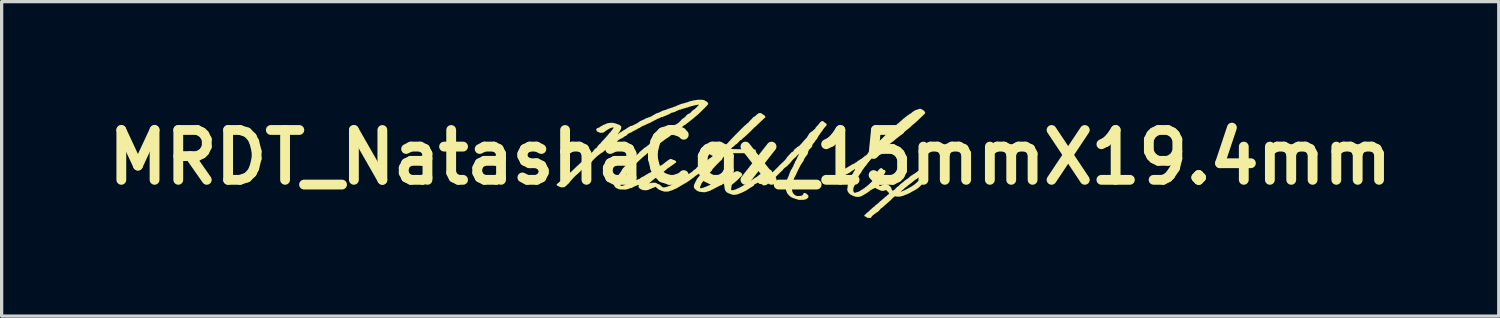
<source format=kicad_pcb>
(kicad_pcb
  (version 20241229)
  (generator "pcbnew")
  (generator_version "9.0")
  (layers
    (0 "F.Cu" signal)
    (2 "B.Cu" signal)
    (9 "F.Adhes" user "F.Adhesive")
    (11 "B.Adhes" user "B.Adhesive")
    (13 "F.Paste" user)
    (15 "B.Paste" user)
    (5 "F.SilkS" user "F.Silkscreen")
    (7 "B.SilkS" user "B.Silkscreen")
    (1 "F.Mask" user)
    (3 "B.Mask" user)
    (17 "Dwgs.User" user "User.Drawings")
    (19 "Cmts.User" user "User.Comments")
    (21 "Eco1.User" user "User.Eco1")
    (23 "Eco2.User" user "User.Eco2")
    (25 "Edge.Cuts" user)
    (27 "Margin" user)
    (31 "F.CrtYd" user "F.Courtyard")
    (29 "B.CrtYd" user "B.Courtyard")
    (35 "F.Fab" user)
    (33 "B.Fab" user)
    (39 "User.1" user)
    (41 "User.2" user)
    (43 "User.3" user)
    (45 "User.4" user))
  (footprint "MRDT_NatashaCox_15mmX19.4mm"
    (layer "F.Cu")
    (at 19.892 1.76)
    (property "Reference" "MRDT_NatashaCox_15mmX19.4mm" (at 0 0 0) (layer "F.SilkS") (effects (font (size 1.524 1.524) (thickness 0.3))))
    (attr board_only exclude_from_pos_files exclude_from_bom)
    (fp_poly (pts (xy -1.5 1.068) (xy -1.503 1.071) (xy -1.506 1.068) (xy -1.503 1.065)) (stroke (width 0) (type solid)) (fill yes) (layer "F.SilkS"))
    (fp_poly (pts (xy 5.219 -1.481) (xy 5.23 -1.477) (xy 5.236 -1.47) (xy 5.245 -1.461) (xy 5.255 -1.461) (xy 5.267 -1.461) (xy 5.275 -1.451) (xy 5.275 -1.45) (xy 5.285 -1.438) (xy 5.295 -1.435) (xy 5.307 -1.43) (xy 5.321 -1.417) (xy 5.334 -1.399) (xy 5.345 -1.38) (xy 5.351 -1.361) (xy 5.351 -1.351) (xy 5.345 -1.343) (xy 5.333 -1.328) (xy 5.315 -1.309) (xy 5.293 -1.287) (xy 5.279 -1.274) (xy 5.25 -1.246) (xy 5.215 -1.213) (xy 5.18 -1.179) (xy 5.146 -1.147) (xy 5.135 -1.136) (xy 5.107 -1.11) (xy 5.079 -1.084) (xy 5.054 -1.061) (xy 5.033 -1.043) (xy 5.022 -1.035) (xy 4.999 -1.016) (xy 4.973 -0.994) (xy 4.95 -0.973) (xy 4.949 -0.973) (xy 4.907 -0.933) (xy 4.871 -0.901) (xy 4.837 -0.873) (xy 4.812 -0.853) (xy 4.793 -0.839) (xy 4.781 -0.829) (xy 4.773 -0.823) (xy 4.765 -0.816) (xy 4.756 -0.808) (xy 4.741 -0.796) (xy 4.723 -0.781) (xy 4.709 -0.769) (xy 4.691 -0.755) (xy 4.669 -0.735) (xy 4.646 -0.714) (xy 4.634 -0.703) (xy 4.614 -0.684) (xy 4.597 -0.669) (xy 4.585 -0.658) (xy 4.58 -0.655) (xy 4.57 -0.647) (xy 4.554 -0.636) (xy 4.537 -0.622) (xy 4.523 -0.61) (xy 4.518 -0.606) (xy 4.507 -0.597) (xy 4.492 -0.586) (xy 4.484 -0.581) (xy 4.47 -0.57) (xy 4.45 -0.554) (xy 4.427 -0.534) (xy 4.412 -0.521) (xy 4.393 -0.503) (xy 4.375 -0.488) (xy 4.363 -0.479) (xy 4.357 -0.476) (xy 4.348 -0.472) (xy 4.336 -0.463) (xy 4.335 -0.462) (xy 4.325 -0.452) (xy 4.317 -0.447) (xy 4.317 -0.447) (xy 4.311 -0.443) (xy 4.299 -0.433) (xy 4.284 -0.42) (xy 4.266 -0.403) (xy 4.247 -0.387) (xy 4.236 -0.378) (xy 4.218 -0.363) (xy 4.2 -0.346) (xy 4.195 -0.341) (xy 4.182 -0.329) (xy 4.173 -0.322) (xy 4.17 -0.321) (xy 4.162 -0.316) (xy 4.16 -0.314) (xy 4.152 -0.305) (xy 4.137 -0.292) (xy 4.118 -0.278) (xy 4.099 -0.264) (xy 4.082 -0.253) (xy 4.074 -0.248) (xy 4.059 -0.239) (xy 4.043 -0.224) (xy 4.036 -0.217) (xy 4.024 -0.204) (xy 4.014 -0.196) (xy 4.011 -0.194) (xy 4.004 -0.19) (xy 3.991 -0.181) (xy 3.975 -0.168) (xy 3.959 -0.154) (xy 3.947 -0.145) (xy 3.94 -0.141) (xy 3.932 -0.138) (xy 3.92 -0.129) (xy 3.918 -0.128) (xy 3.901 -0.115) (xy 3.886 -0.103) (xy 3.871 -0.092) (xy 3.853 -0.078) (xy 3.844 -0.071) (xy 3.824 -0.055) (xy 3.804 -0.041) (xy 3.796 -0.035) (xy 3.772 -0.017) (xy 3.744 0.008) (xy 3.715 0.037) (xy 3.687 0.068) (xy 3.663 0.097) (xy 3.661 0.098) (xy 3.646 0.117) (xy 3.634 0.133) (xy 3.625 0.143) (xy 3.623 0.144) (xy 3.617 0.151) (xy 3.606 0.165) (xy 3.591 0.183) (xy 3.576 0.204) (xy 3.561 0.224) (xy 3.549 0.242) (xy 3.542 0.254) (xy 3.542 0.254) (xy 3.533 0.266) (xy 3.526 0.271) (xy 3.526 0.271) (xy 3.517 0.275) (xy 3.511 0.284) (xy 3.504 0.295) (xy 3.492 0.312) (xy 3.48 0.329) (xy 3.455 0.363) (xy 3.434 0.392) (xy 3.419 0.415) (xy 3.409 0.432) (xy 3.406 0.441) (xy 3.402 0.452) (xy 3.397 0.458) (xy 3.385 0.474) (xy 3.369 0.496) (xy 3.35 0.522) (xy 3.332 0.55) (xy 3.315 0.576) (xy 3.303 0.597) (xy 3.294 0.613) (xy 3.282 0.636) (xy 3.269 0.661) (xy 3.265 0.668) (xy 3.253 0.69) (xy 3.242 0.709) (xy 3.234 0.721) (xy 3.232 0.724) (xy 3.225 0.737) (xy 3.224 0.745) (xy 3.22 0.759) (xy 3.215 0.768) (xy 3.21 0.781) (xy 3.206 0.8) (xy 3.206 0.809) (xy 3.202 0.839) (xy 3.189 0.872) (xy 3.168 0.908) (xy 3.161 0.923) (xy 3.157 0.945) (xy 3.155 0.971) (xy 3.154 0.993) (xy 3.153 1.011) (xy 3.152 1.021) (xy 3.152 1.022) (xy 3.154 1.029) (xy 3.159 1.044) (xy 3.164 1.054) (xy 3.172 1.071) (xy 3.179 1.079) (xy 3.189 1.082) (xy 3.206 1.082) (xy 3.223 1.081) (xy 3.233 1.079) (xy 3.235 1.077) (xy 3.241 1.074) (xy 3.254 1.069) (xy 3.266 1.066) (xy 3.307 1.056) (xy 3.338 1.042) (xy 3.357 1.029) (xy 3.373 1.017) (xy 3.377 1.015) (xy 3.635 1.015) (xy 3.638 1.018) (xy 3.641 1.015) (xy 3.638 1.012) (xy 3.635 1.015) (xy 3.377 1.015) (xy 3.393 1.005) (xy 3.398 1.002) (xy 3.401 1) (xy 3.653 1) (xy 3.655 1.005) (xy 3.657 1.004) (xy 3.658 0.997) (xy 3.657 0.996) (xy 3.653 0.997) (xy 3.653 1) (xy 3.401 1) (xy 3.412 0.994) (xy 3.665 0.994) (xy 3.667 0.999) (xy 3.669 0.998) (xy 3.669 0.991) (xy 3.669 0.99) (xy 3.665 0.991) (xy 3.665 0.994) (xy 3.412 0.994) (xy 3.422 0.989) (xy 3.434 0.982) (xy 3.682 0.982) (xy 3.685 0.987) (xy 3.686 0.986) (xy 3.687 0.979) (xy 3.686 0.978) (xy 3.683 0.979) (xy 3.682 0.982) (xy 3.434 0.982) (xy 3.438 0.98) (xy 3.449 0.973) (xy 3.455 0.966) (xy 3.458 0.963) (xy 3.469 0.955) (xy 3.477 0.953) (xy 3.487 0.949) (xy 3.5 0.938) (xy 3.504 0.932) (xy 3.516 0.92) (xy 3.525 0.913) (xy 3.528 0.912) (xy 3.536 0.908) (xy 3.552 0.897) (xy 3.572 0.88) (xy 3.597 0.859) (xy 3.625 0.835) (xy 3.653 0.808) (xy 3.681 0.782) (xy 3.708 0.756) (xy 3.732 0.732) (xy 3.75 0.712) (xy 3.763 0.696) (xy 3.765 0.694) (xy 3.776 0.671) (xy 3.78 0.649) (xy 3.785 0.627) (xy 3.797 0.605) (xy 3.803 0.597) (xy 3.814 0.58) (xy 3.822 0.565) (xy 3.824 0.557) (xy 3.827 0.543) (xy 3.835 0.529) (xy 3.843 0.518) (xy 3.847 0.51) (xy 3.847 0.51) (xy 3.85 0.502) (xy 3.859 0.49) (xy 3.862 0.487) (xy 3.871 0.474) (xy 3.876 0.462) (xy 3.876 0.461) (xy 3.877 0.456) (xy 3.879 0.451) (xy 3.884 0.443) (xy 3.893 0.43) (xy 3.907 0.412) (xy 3.927 0.387) (xy 3.947 0.365) (xy 3.968 0.347) (xy 3.989 0.335) (xy 4.007 0.329) (xy 4.02 0.331) (xy 4.027 0.338) (xy 4.035 0.347) (xy 4.048 0.356) (xy 4.048 0.356) (xy 4.06 0.365) (xy 4.065 0.373) (xy 4.065 0.374) (xy 4.07 0.381) (xy 4.082 0.386) (xy 4.096 0.388) (xy 4.102 0.386) (xy 4.112 0.388) (xy 4.123 0.398) (xy 4.132 0.413) (xy 4.137 0.43) (xy 4.138 0.446) (xy 4.138 0.449) (xy 4.132 0.461) (xy 4.122 0.478) (xy 4.117 0.486) (xy 4.107 0.501) (xy 4.101 0.511) (xy 4.1 0.514) (xy 4.097 0.52) (xy 4.09 0.534) (xy 4.079 0.552) (xy 4.076 0.556) (xy 4.065 0.575) (xy 4.057 0.591) (xy 4.053 0.6) (xy 4.053 0.601) (xy 4.05 0.609) (xy 4.041 0.622) (xy 4.041 0.623) (xy 4.03 0.637) (xy 4.017 0.657) (xy 4.003 0.678) (xy 3.989 0.699) (xy 3.978 0.718) (xy 3.97 0.733) (xy 3.967 0.74) (xy 3.967 0.74) (xy 3.966 0.746) (xy 3.96 0.757) (xy 3.958 0.759) (xy 3.953 0.769) (xy 3.949 0.781) (xy 3.948 0.798) (xy 3.948 0.822) (xy 3.948 0.828) (xy 3.949 0.852) (xy 3.951 0.868) (xy 3.953 0.876) (xy 3.958 0.88) (xy 3.965 0.881) (xy 3.965 0.881) (xy 3.98 0.879) (xy 3.997 0.871) (xy 4 0.869) (xy 4.017 0.859) (xy 4.039 0.847) (xy 4.056 0.839) (xy 4.076 0.829) (xy 4.092 0.821) (xy 4.101 0.817) (xy 4.121 0.812) (xy 4.145 0.813) (xy 4.168 0.819) (xy 4.186 0.827) (xy 4.201 0.836) (xy 4.214 0.841) (xy 4.215 0.841) (xy 4.224 0.845) (xy 4.239 0.855) (xy 4.256 0.869) (xy 4.273 0.884) (xy 4.288 0.899) (xy 4.298 0.91) (xy 4.3 0.916) (xy 4.305 0.924) (xy 4.31 0.928) (xy 4.317 0.938) (xy 4.316 0.948) (xy 4.317 0.96) (xy 4.324 0.978) (xy 4.334 0.996) (xy 4.346 1.012) (xy 4.356 1.02) (xy 4.368 1.021) (xy 4.379 1.017) (xy 4.382 1.011) (xy 4.387 1.006) (xy 4.4 0.998) (xy 4.408 0.993) (xy 4.427 0.981) (xy 4.437 0.969) (xy 4.438 0.967) (xy 4.445 0.955) (xy 4.458 0.944) (xy 4.459 0.943) (xy 4.469 0.935) (xy 4.473 0.929) (xy 4.473 0.929) (xy 4.475 0.923) (xy 4.484 0.914) (xy 4.495 0.906) (xy 4.505 0.9) (xy 4.508 0.9) (xy 4.512 0.899) (xy 4.519 0.894) (xy 4.529 0.885) (xy 4.544 0.871) (xy 4.565 0.85) (xy 4.59 0.825) (xy 4.605 0.812) (xy 4.616 0.803) (xy 4.621 0.8) (xy 4.629 0.796) (xy 4.64 0.786) (xy 4.641 0.785) (xy 4.652 0.775) (xy 4.66 0.771) (xy 4.661 0.771) (xy 4.667 0.767) (xy 4.68 0.756) (xy 4.694 0.743) (xy 4.709 0.729) (xy 4.728 0.712) (xy 4.75 0.696) (xy 4.771 0.68) (xy 4.79 0.668) (xy 4.804 0.66) (xy 4.809 0.659) (xy 4.816 0.655) (xy 4.828 0.645) (xy 4.835 0.637) (xy 4.853 0.621) (xy 4.871 0.605) (xy 4.876 0.601) (xy 4.892 0.588) (xy 4.905 0.575) (xy 4.907 0.573) (xy 4.921 0.562) (xy 4.935 0.557) (xy 4.949 0.551) (xy 4.966 0.539) (xy 4.972 0.533) (xy 4.987 0.52) (xy 5.004 0.511) (xy 5.009 0.509) (xy 5.022 0.503) (xy 5.04 0.491) (xy 5.055 0.479) (xy 5.071 0.466) (xy 5.084 0.456) (xy 5.092 0.453) (xy 5.101 0.448) (xy 5.104 0.444) (xy 5.111 0.436) (xy 5.127 0.425) (xy 5.149 0.412) (xy 5.173 0.4) (xy 5.198 0.389) (xy 5.221 0.381) (xy 5.221 0.381) (xy 5.262 0.372) (xy 5.297 0.373) (xy 5.327 0.382) (xy 5.355 0.401) (xy 5.366 0.412) (xy 5.379 0.425) (xy 5.389 0.433) (xy 5.393 0.435) (xy 5.399 0.439) (xy 5.411 0.449) (xy 5.419 0.456) (xy 5.431 0.468) (xy 5.437 0.478) (xy 5.439 0.49) (xy 5.437 0.509) (xy 5.437 0.51) (xy 5.434 0.53) (xy 5.431 0.544) (xy 5.429 0.55) (xy 5.425 0.559) (xy 5.424 0.572) (xy 5.42 0.589) (xy 5.412 0.604) (xy 5.403 0.618) (xy 5.4 0.63) (xy 5.396 0.643) (xy 5.39 0.653) (xy 5.381 0.665) (xy 5.371 0.683) (xy 5.365 0.693) (xy 5.359 0.705) (xy 5.353 0.714) (xy 5.347 0.723) (xy 5.339 0.733) (xy 5.328 0.747) (xy 5.312 0.765) (xy 5.29 0.79) (xy 5.289 0.792) (xy 5.264 0.819) (xy 5.237 0.847) (xy 5.209 0.875) (xy 5.181 0.901) (xy 5.156 0.924) (xy 5.134 0.942) (xy 5.119 0.953) (xy 5.118 0.953) (xy 5.102 0.963) (xy 5.085 0.976) (xy 5.083 0.978) (xy 5.068 0.988) (xy 5.056 0.994) (xy 5.053 0.994) (xy 5.042 0.998) (xy 5.032 1.006) (xy 5.021 1.015) (xy 5.012 1.018) (xy 5.001 1.022) (xy 4.991 1.029) (xy 4.981 1.038) (xy 4.973 1.041) (xy 4.964 1.044) (xy 4.949 1.05) (xy 4.933 1.059) (xy 4.919 1.067) (xy 4.913 1.072) (xy 4.913 1.072) (xy 4.906 1.077) (xy 4.893 1.086) (xy 4.875 1.095) (xy 4.857 1.103) (xy 4.842 1.109) (xy 4.841 1.109) (xy 4.825 1.116) (xy 4.812 1.124) (xy 4.798 1.132) (xy 4.787 1.135) (xy 4.775 1.138) (xy 4.758 1.144) (xy 4.739 1.152) (xy 4.715 1.163) (xy 4.692 1.172) (xy 4.676 1.177) (xy 4.657 1.182) (xy 4.639 1.188) (xy 4.635 1.189) (xy 4.597 1.199) (xy 4.555 1.204) (xy 4.512 1.205) (xy 4.472 1.201) (xy 4.457 1.197) (xy 4.44 1.193) (xy 4.43 1.192) (xy 4.421 1.197) (xy 4.413 1.204) (xy 4.398 1.216) (xy 4.383 1.226) (xy 4.382 1.227) (xy 4.372 1.234) (xy 4.358 1.247) (xy 4.342 1.263) (xy 4.326 1.28) (xy 4.312 1.296) (xy 4.303 1.308) (xy 4.3 1.313) (xy 4.295 1.317) (xy 4.293 1.318) (xy 4.284 1.322) (xy 4.272 1.331) (xy 4.259 1.343) (xy 4.25 1.353) (xy 4.247 1.359) (xy 4.242 1.364) (xy 4.24 1.365) (xy 4.233 1.369) (xy 4.219 1.379) (xy 4.202 1.394) (xy 4.191 1.404) (xy 4.173 1.421) (xy 4.158 1.434) (xy 4.149 1.442) (xy 4.146 1.444) (xy 4.14 1.448) (xy 4.129 1.457) (xy 4.12 1.466) (xy 4.086 1.498) (xy 4.058 1.523) (xy 4.036 1.541) (xy 4.022 1.551) (xy 4.017 1.553) (xy 4.009 1.558) (xy 3.997 1.569) (xy 3.986 1.581) (xy 3.955 1.617) (xy 3.93 1.645) (xy 3.909 1.664) (xy 3.894 1.675) (xy 3.889 1.676) (xy 3.879 1.679) (xy 3.876 1.682) (xy 3.872 1.689) (xy 3.861 1.694) (xy 3.846 1.703) (xy 3.834 1.715) (xy 3.823 1.725) (xy 3.812 1.729) (xy 3.801 1.734) (xy 3.792 1.744) (xy 3.782 1.755) (xy 3.774 1.759) (xy 3.767 1.763) (xy 3.755 1.773) (xy 3.74 1.787) (xy 3.725 1.803) (xy 3.713 1.816) (xy 3.706 1.826) (xy 3.706 1.828) (xy 3.702 1.836) (xy 3.694 1.846) (xy 3.684 1.854) (xy 3.67 1.857) (xy 3.651 1.856) (xy 3.632 1.853) (xy 3.613 1.851) (xy 3.597 1.852) (xy 3.584 1.851) (xy 3.572 1.846) (xy 3.556 1.834) (xy 3.551 1.83) (xy 3.532 1.816) (xy 3.516 1.807) (xy 3.508 1.806) (xy 3.496 1.803) (xy 3.49 1.797) (xy 3.49 1.783) (xy 3.498 1.767) (xy 3.51 1.753) (xy 3.519 1.747) (xy 3.533 1.74) (xy 3.54 1.731) (xy 3.546 1.721) (xy 3.558 1.708) (xy 3.572 1.695) (xy 3.585 1.686) (xy 3.592 1.682) (xy 3.6 1.678) (xy 3.607 1.672) (xy 3.617 1.662) (xy 3.631 1.649) (xy 3.642 1.638) (xy 3.657 1.624) (xy 3.678 1.605) (xy 3.701 1.584) (xy 3.72 1.566) (xy 3.741 1.547) (xy 3.761 1.531) (xy 3.777 1.519) (xy 3.786 1.514) (xy 3.798 1.507) (xy 3.803 1.5) (xy 3.811 1.488) (xy 3.825 1.473) (xy 3.841 1.46) (xy 3.846 1.457) (xy 3.86 1.447) (xy 3.878 1.434) (xy 3.898 1.417) (xy 3.918 1.4) (xy 3.936 1.384) (xy 3.95 1.371) (xy 3.956 1.364) (xy 3.956 1.363) (xy 3.964 1.353) (xy 3.976 1.344) (xy 3.991 1.335) (xy 4.008 1.321) (xy 4.013 1.316) (xy 4.031 1.3) (xy 4.051 1.284) (xy 4.056 1.28) (xy 4.073 1.266) (xy 4.093 1.248) (xy 4.107 1.235) (xy 4.125 1.218) (xy 4.145 1.202) (xy 4.158 1.194) (xy 4.172 1.186) (xy 4.179 1.179) (xy 4.179 1.177) (xy 4.182 1.17) (xy 4.191 1.161) (xy 4.205 1.15) (xy 4.219 1.14) (xy 4.231 1.134) (xy 4.237 1.133) (xy 4.241 1.133) (xy 4.239 1.127) (xy 4.239 1.119) (xy 4.241 1.118) (xy 4.247 1.113) (xy 4.246 1.103) (xy 4.241 1.09) (xy 4.234 1.081) (xy 4.223 1.07) (xy 4.208 1.054) (xy 4.204 1.05) (xy 4.594 1.05) (xy 4.597 1.053) (xy 4.6 1.05) (xy 4.597 1.047) (xy 4.594 1.05) (xy 4.204 1.05) (xy 4.2 1.046) (xy 4.61 1.046) (xy 4.617 1.053) (xy 4.625 1.049) (xy 4.626 1.047) (xy 4.633 1.043) (xy 4.649 1.036) (xy 4.666 1.03) (xy 4.691 1.021) (xy 4.716 1.011) (xy 4.729 1.004) (xy 4.748 0.994) (xy 4.773 0.981) (xy 4.797 0.969) (xy 4.798 0.969) (xy 4.818 0.958) (xy 4.834 0.949) (xy 4.843 0.943) (xy 4.844 0.942) (xy 4.851 0.937) (xy 4.865 0.932) (xy 4.877 0.928) (xy 4.882 0.924) (xy 4.882 0.924) (xy 4.887 0.918) (xy 4.899 0.911) (xy 4.904 0.909) (xy 4.921 0.9) (xy 4.943 0.886) (xy 4.969 0.869) (xy 4.995 0.852) (xy 5.019 0.835) (xy 5.038 0.821) (xy 5.048 0.812) (xy 5.056 0.804) (xy 5.07 0.791) (xy 5.089 0.774) (xy 5.11 0.754) (xy 5.111 0.754) (xy 5.132 0.734) (xy 5.15 0.716) (xy 5.162 0.701) (xy 5.168 0.692) (xy 5.168 0.692) (xy 5.175 0.68) (xy 5.185 0.664) (xy 5.189 0.66) (xy 5.199 0.647) (xy 5.205 0.636) (xy 5.206 0.633) (xy 5.21 0.624) (xy 5.218 0.614) (xy 5.227 0.603) (xy 5.236 0.589) (xy 5.242 0.574) (xy 5.245 0.563) (xy 5.244 0.56) (xy 5.239 0.562) (xy 5.226 0.569) (xy 5.214 0.577) (xy 5.19 0.593) (xy 5.172 0.605) (xy 5.154 0.616) (xy 5.144 0.621) (xy 5.129 0.632) (xy 5.112 0.646) (xy 5.106 0.651) (xy 5.093 0.662) (xy 5.084 0.669) (xy 5.081 0.671) (xy 5.073 0.674) (xy 5.058 0.683) (xy 5.036 0.699) (xy 5.007 0.722) (xy 4.97 0.752) (xy 4.955 0.765) (xy 4.936 0.78) (xy 4.92 0.792) (xy 4.91 0.799) (xy 4.907 0.8) (xy 4.9 0.804) (xy 4.891 0.813) (xy 4.878 0.824) (xy 4.862 0.836) (xy 4.858 0.839) (xy 4.842 0.85) (xy 4.823 0.866) (xy 4.805 0.882) (xy 4.788 0.896) (xy 4.774 0.907) (xy 4.765 0.912) (xy 4.764 0.912) (xy 4.755 0.916) (xy 4.742 0.926) (xy 4.737 0.931) (xy 4.708 0.96) (xy 4.678 0.987) (xy 4.649 1.011) (xy 4.635 1.021) (xy 4.62 1.032) (xy 4.612 1.041) (xy 4.61 1.046) (xy 4.2 1.046) (xy 4.191 1.035) (xy 4.19 1.035) (xy 4.175 1.018) (xy 4.162 1.008) (xy 4.149 1.005) (xy 4.133 1.007) (xy 4.11 1.014) (xy 4.101 1.018) (xy 4.065 1.027) (xy 4.039 1.027) (xy 4.021 1.026) (xy 4.006 1.023) (xy 3.992 1.018) (xy 3.973 1.011) (xy 3.95 1) (xy 3.927 0.99) (xy 3.905 0.979) (xy 3.891 0.974) (xy 3.87 0.963) (xy 3.849 0.951) (xy 3.846 0.949) (xy 3.833 0.941) (xy 3.823 0.938) (xy 3.811 0.94) (xy 3.799 0.945) (xy 3.78 0.954) (xy 3.764 0.963) (xy 3.76 0.966) (xy 3.746 0.974) (xy 3.735 0.976) (xy 3.724 0.981) (xy 3.715 0.988) (xy 3.705 0.997) (xy 3.698 1) (xy 3.69 1.004) (xy 3.677 1.013) (xy 3.661 1.026) (xy 3.645 1.04) (xy 3.632 1.049) (xy 3.624 1.053) (xy 3.617 1.057) (xy 3.605 1.066) (xy 3.6 1.071) (xy 3.588 1.081) (xy 3.579 1.088) (xy 3.577 1.088) (xy 3.57 1.091) (xy 3.556 1.099) (xy 3.538 1.111) (xy 3.532 1.115) (xy 3.512 1.127) (xy 3.496 1.136) (xy 3.486 1.141) (xy 3.485 1.141) (xy 3.476 1.145) (xy 3.47 1.15) (xy 3.46 1.158) (xy 3.443 1.169) (xy 3.422 1.179) (xy 3.4 1.19) (xy 3.38 1.197) (xy 3.365 1.202) (xy 3.36 1.202) (xy 3.349 1.202) (xy 3.344 1.205) (xy 3.336 1.21) (xy 3.318 1.212) (xy 3.295 1.212) (xy 3.268 1.211) (xy 3.241 1.208) (xy 3.216 1.204) (xy 3.2 1.199) (xy 3.176 1.191) (xy 3.151 1.181) (xy 3.128 1.171) (xy 3.109 1.161) (xy 3.098 1.154) (xy 3.095 1.151) (xy 3.088 1.148) (xy 3.08 1.147) (xy 3.07 1.143) (xy 3.055 1.132) (xy 3.038 1.118) (xy 3.022 1.101) (xy 3.009 1.086) (xy 3.001 1.074) (xy 3 1.07) (xy 2.996 1.06) (xy 2.989 1.052) (xy 2.982 1.041) (xy 2.975 1.024) (xy 2.97 1.005) (xy 2.967 0.988) (xy 2.968 0.976) (xy 2.968 0.976) (xy 2.97 0.968) (xy 2.973 0.951) (xy 2.976 0.927) (xy 2.979 0.898) (xy 2.979 0.894) (xy 2.983 0.86) (xy 2.987 0.835) (xy 2.991 0.816) (xy 2.997 0.803) (xy 3 0.797) (xy 3.009 0.779) (xy 3.015 0.761) (xy 3.015 0.758) (xy 3.018 0.743) (xy 3.023 0.734) (xy 3.029 0.722) (xy 3.029 0.717) (xy 3.034 0.705) (xy 3.038 0.7) (xy 3.046 0.688) (xy 3.047 0.681) (xy 3.051 0.669) (xy 3.059 0.653) (xy 3.062 0.649) (xy 3.074 0.625) (xy 3.076 0.607) (xy 3.079 0.588) (xy 3.087 0.576) (xy 3.089 0.574) (xy 3.099 0.562) (xy 3.103 0.55) (xy 3.108 0.536) (xy 3.121 0.518) (xy 3.128 0.511) (xy 3.146 0.489) (xy 3.155 0.468) (xy 3.156 0.464) (xy 3.166 0.439) (xy 3.18 0.42) (xy 3.191 0.407) (xy 3.197 0.398) (xy 3.198 0.396) (xy 3.197 0.389) (xy 3.201 0.378) (xy 3.203 0.363) (xy 3.2 0.357) (xy 3.192 0.359) (xy 3.185 0.367) (xy 3.177 0.378) (xy 3.17 0.382) (xy 3.17 0.382) (xy 3.163 0.385) (xy 3.149 0.394) (xy 3.132 0.405) (xy 3.114 0.417) (xy 3.097 0.429) (xy 3.085 0.438) (xy 3.083 0.44) (xy 3.067 0.453) (xy 3.043 0.468) (xy 3.014 0.485) (xy 2.983 0.502) (xy 2.952 0.517) (xy 2.924 0.529) (xy 2.921 0.53) (xy 2.9 0.536) (xy 2.873 0.542) (xy 2.847 0.545) (xy 2.802 0.549) (xy 2.739 0.518) (xy 2.713 0.505) (xy 2.69 0.492) (xy 2.673 0.482) (xy 2.665 0.475) (xy 2.654 0.457) (xy 2.655 0.437) (xy 2.667 0.418) (xy 2.669 0.417) (xy 2.678 0.41) (xy 2.687 0.405) (xy 2.701 0.402) (xy 2.721 0.4) (xy 2.745 0.398) (xy 2.772 0.396) (xy 2.794 0.394) (xy 2.811 0.391) (xy 2.816 0.389) (xy 2.829 0.383) (xy 2.844 0.376) (xy 2.859 0.37) (xy 2.871 0.364) (xy 2.883 0.357) (xy 2.892 0.353) (xy 2.904 0.346) (xy 2.909 0.342) (xy 2.917 0.336) (xy 2.922 0.335) (xy 2.931 0.332) (xy 2.946 0.324) (xy 2.966 0.312) (xy 2.975 0.306) (xy 2.995 0.293) (xy 3.011 0.283) (xy 3.022 0.277) (xy 3.024 0.276) (xy 3.033 0.273) (xy 3.046 0.265) (xy 3.058 0.257) (xy 3.101 0.229) (xy 3.138 0.209) (xy 3.163 0.2) (xy 3.182 0.191) (xy 3.203 0.178) (xy 3.209 0.173) (xy 3.224 0.161) (xy 3.236 0.154) (xy 3.241 0.153) (xy 3.25 0.149) (xy 3.263 0.139) (xy 3.276 0.126) (xy 3.292 0.113) (xy 3.305 0.103) (xy 3.312 0.1) (xy 3.324 0.096) (xy 3.33 0.091) (xy 3.339 0.083) (xy 3.355 0.072) (xy 3.367 0.066) (xy 3.385 0.055) (xy 3.402 0.046) (xy 3.409 0.043) (xy 3.422 0.032) (xy 3.432 0.021) (xy 3.442 0.01) (xy 3.453 0.006) (xy 3.464 0.001) (xy 3.475 -0.01) (xy 3.476 -0.011) (xy 3.489 -0.025) (xy 3.504 -0.035) (xy 3.533 -0.053) (xy 3.561 -0.076) (xy 3.583 -0.099) (xy 3.59 -0.108) (xy 3.602 -0.124) (xy 3.612 -0.138) (xy 3.616 -0.143) (xy 3.622 -0.15) (xy 3.622 -0.153) (xy 3.624 -0.157) (xy 3.633 -0.167) (xy 3.648 -0.181) (xy 3.654 -0.187) (xy 3.683 -0.217) (xy 3.704 -0.244) (xy 3.718 -0.271) (xy 3.723 -0.284) (xy 3.729 -0.298) (xy 3.736 -0.305) (xy 3.737 -0.306) (xy 3.745 -0.31) (xy 3.756 -0.321) (xy 3.761 -0.327) (xy 3.776 -0.343) (xy 3.795 -0.36) (xy 3.802 -0.365) (xy 3.824 -0.383) (xy 3.854 -0.408) (xy 3.892 -0.442) (xy 3.936 -0.483) (xy 3.987 -0.532) (xy 4.045 -0.588) (xy 4.109 -0.651) (xy 4.111 -0.654) (xy 4.14 -0.682) (xy 4.167 -0.708) (xy 4.192 -0.73) (xy 4.211 -0.748) (xy 4.225 -0.759) (xy 4.228 -0.761) (xy 4.245 -0.774) (xy 4.259 -0.788) (xy 4.263 -0.793) (xy 4.277 -0.811) (xy 4.291 -0.826) (xy 4.304 -0.834) (xy 4.309 -0.835) (xy 4.316 -0.84) (xy 4.329 -0.851) (xy 4.344 -0.867) (xy 4.354 -0.878) (xy 4.374 -0.902) (xy 4.397 -0.926) (xy 4.418 -0.947) (xy 4.423 -0.951) (xy 4.442 -0.969) (xy 4.455 -0.981) (xy 4.464 -0.989) (xy 4.472 -0.994) (xy 4.48 -1) (xy 4.484 -1.002) (xy 4.496 -1.013) (xy 4.503 -1.024) (xy 4.508 -1.032) (xy 4.512 -1.032) (xy 4.518 -1.033) (xy 4.528 -1.04) (xy 4.545 -1.053) (xy 4.568 -1.074) (xy 4.581 -1.087) (xy 4.596 -1.102) (xy 4.609 -1.113) (xy 4.616 -1.118) (xy 4.617 -1.118) (xy 4.623 -1.122) (xy 4.634 -1.132) (xy 4.65 -1.147) (xy 4.656 -1.153) (xy 4.673 -1.169) (xy 4.687 -1.181) (xy 4.696 -1.188) (xy 4.698 -1.188) (xy 4.705 -1.192) (xy 4.717 -1.202) (xy 4.719 -1.204) (xy 4.738 -1.223) (xy 4.752 -1.234) (xy 4.756 -1.235) (xy 4.763 -1.239) (xy 4.775 -1.248) (xy 4.791 -1.261) (xy 4.791 -1.262) (xy 4.808 -1.275) (xy 4.821 -1.285) (xy 4.829 -1.288) (xy 4.829 -1.288) (xy 4.836 -1.292) (xy 4.848 -1.302) (xy 4.853 -1.306) (xy 4.868 -1.318) (xy 4.882 -1.325) (xy 4.885 -1.326) (xy 4.896 -1.331) (xy 4.912 -1.341) (xy 4.929 -1.356) (xy 4.929 -1.356) (xy 4.964 -1.386) (xy 4.998 -1.409) (xy 5.012 -1.416) (xy 5.022 -1.422) (xy 5.036 -1.431) (xy 5.038 -1.433) (xy 5.057 -1.444) (xy 5.076 -1.451) (xy 5.101 -1.454) (xy 5.101 -1.454) (xy 5.116 -1.456) (xy 5.123 -1.459) (xy 5.124 -1.459) (xy 5.129 -1.465) (xy 5.142 -1.471) (xy 5.161 -1.477) (xy 5.181 -1.481) (xy 5.2 -1.482)) (stroke (width 0) (type solid)) (fill yes) (layer "F.SilkS"))
    (fp_poly (pts (xy -1.487 -1.759) (xy -1.447 -1.756) (xy -1.417 -1.751) (xy -1.397 -1.744) (xy -1.388 -1.735) (xy -1.379 -1.727) (xy -1.364 -1.719) (xy -1.353 -1.715) (xy -1.331 -1.705) (xy -1.314 -1.691) (xy -1.303 -1.677) (xy -1.292 -1.659) (xy -1.284 -1.643) (xy -1.282 -1.634) (xy -1.284 -1.629) (xy -1.289 -1.621) (xy -1.297 -1.609) (xy -1.311 -1.594) (xy -1.329 -1.573) (xy -1.354 -1.547) (xy -1.386 -1.514) (xy -1.426 -1.475) (xy -1.434 -1.466) (xy -1.471 -1.43) (xy -1.507 -1.394) (xy -1.541 -1.361) (xy -1.571 -1.332) (xy -1.598 -1.308) (xy -1.618 -1.29) (xy -1.629 -1.281) (xy -1.655 -1.261) (xy -1.681 -1.239) (xy -1.705 -1.219) (xy -1.709 -1.215) (xy -1.725 -1.2) (xy -1.738 -1.189) (xy -1.745 -1.183) (xy -1.746 -1.182) (xy -1.751 -1.179) (xy -1.763 -1.17) (xy -1.78 -1.156) (xy -1.789 -1.149) (xy -1.812 -1.13) (xy -1.835 -1.112) (xy -1.854 -1.097) (xy -1.858 -1.095) (xy -1.875 -1.081) (xy -1.89 -1.069) (xy -1.897 -1.064) (xy -1.907 -1.056) (xy -1.913 -1.053) (xy -1.92 -1.049) (xy -1.928 -1.043) (xy -1.948 -1.025) (xy -1.969 -1.008) (xy -1.988 -0.995) (xy -2.003 -0.987) (xy -2.006 -0.986) (xy -2.019 -0.98) (xy -2.034 -0.968) (xy -2.041 -0.962) (xy -2.054 -0.95) (xy -2.063 -0.943) (xy -2.065 -0.941) (xy -2.071 -0.938) (xy -2.083 -0.927) (xy -2.099 -0.913) (xy -2.106 -0.906) (xy -2.124 -0.89) (xy -2.139 -0.878) (xy -2.148 -0.871) (xy -2.15 -0.871) (xy -2.159 -0.867) (xy -2.168 -0.858) (xy -2.181 -0.848) (xy -2.199 -0.838) (xy -2.201 -0.837) (xy -2.216 -0.829) (xy -2.222 -0.821) (xy -2.222 -0.816) (xy -2.223 -0.806) (xy -2.233 -0.802) (xy -2.238 -0.801) (xy -2.256 -0.795) (xy -2.269 -0.787) (xy -2.282 -0.777) (xy -2.292 -0.773) (xy -2.303 -0.768) (xy -2.311 -0.762) (xy -2.321 -0.755) (xy -2.326 -0.753) (xy -2.332 -0.749) (xy -2.344 -0.739) (xy -2.358 -0.727) (xy -2.377 -0.709) (xy -2.397 -0.692) (xy -2.409 -0.683) (xy -2.428 -0.668) (xy -2.448 -0.652) (xy -2.453 -0.648) (xy -2.466 -0.637) (xy -2.475 -0.63) (xy -2.477 -0.629) (xy -2.483 -0.626) (xy -2.496 -0.617) (xy -2.51 -0.606) (xy -2.526 -0.593) (xy -2.54 -0.585) (xy -2.547 -0.582) (xy -2.555 -0.579) (xy -2.569 -0.569) (xy -2.59 -0.555) (xy -2.613 -0.537) (xy -2.624 -0.529) (xy -2.65 -0.509) (xy -2.674 -0.49) (xy -2.696 -0.475) (xy -2.711 -0.465) (xy -2.714 -0.464) (xy -2.732 -0.453) (xy -2.752 -0.438) (xy -2.761 -0.43) (xy -2.779 -0.415) (xy -2.801 -0.397) (xy -2.819 -0.383) (xy -2.836 -0.37) (xy -2.849 -0.357) (xy -2.855 -0.349) (xy -2.855 -0.349) (xy -2.863 -0.342) (xy -2.87 -0.343) (xy -2.88 -0.341) (xy -2.896 -0.33) (xy -2.918 -0.311) (xy -2.936 -0.296) (xy -2.95 -0.284) (xy -2.958 -0.277) (xy -2.96 -0.277) (xy -2.966 -0.273) (xy -2.979 -0.264) (xy -2.996 -0.25) (xy -3.016 -0.235) (xy -3.035 -0.219) (xy -3.052 -0.204) (xy -3.059 -0.198) (xy -3.071 -0.187) (xy -3.089 -0.171) (xy -3.112 -0.15) (xy -3.136 -0.127) (xy -3.144 -0.121) (xy -3.169 -0.098) (xy -3.195 -0.076) (xy -3.218 -0.057) (xy -3.235 -0.043) (xy -3.239 -0.041) (xy -3.25 -0.033) (xy -3.268 -0.017) (xy -3.291 0.004) (xy -3.319 0.029) (xy -3.349 0.056) (xy -3.38 0.086) (xy -3.411 0.114) (xy -3.44 0.142) (xy -3.466 0.167) (xy -3.486 0.187) (xy -3.501 0.203) (xy -3.503 0.205) (xy -3.581 0.291) (xy -3.597 0.309) (xy -3.611 0.325) (xy -3.619 0.335) (xy -3.627 0.347) (xy -3.641 0.364) (xy -3.656 0.381) (xy -3.67 0.398) (xy -3.678 0.409) (xy -3.679 0.417) (xy -3.677 0.42) (xy -3.674 0.427) (xy -3.678 0.435) (xy -3.689 0.448) (xy -3.695 0.455) (xy -3.712 0.471) (xy -3.729 0.484) (xy -3.739 0.49) (xy -3.766 0.508) (xy -3.792 0.533) (xy -3.812 0.56) (xy -3.813 0.562) (xy -3.823 0.58) (xy -3.834 0.598) (xy -3.848 0.619) (xy -3.864 0.643) (xy -3.879 0.666) (xy -3.895 0.693) (xy -3.911 0.722) (xy -3.926 0.75) (xy -3.939 0.776) (xy -3.948 0.796) (xy -3.953 0.81) (xy -3.953 0.812) (xy -3.955 0.826) (xy -3.96 0.838) (xy -3.963 0.854) (xy -3.963 0.867) (xy -3.959 0.876) (xy -3.952 0.879) (xy -3.94 0.876) (xy -3.922 0.872) (xy -3.906 0.871) (xy -3.89 0.868) (xy -3.875 0.862) (xy -3.86 0.856) (xy -3.839 0.85) (xy -3.823 0.847) (xy -3.799 0.841) (xy -3.771 0.831) (xy -3.745 0.821) (xy -3.721 0.81) (xy -3.698 0.801) (xy -3.68 0.795) (xy -3.679 0.795) (xy -3.662 0.789) (xy -3.649 0.782) (xy -3.647 0.78) (xy -3.637 0.772) (xy -3.624 0.768) (xy -3.609 0.762) (xy -3.6 0.756) (xy -3.588 0.748) (xy -3.581 0.747) (xy -3.568 0.744) (xy -3.555 0.735) (xy -3.541 0.727) (xy -3.529 0.724) (xy -3.519 0.721) (xy -3.517 0.719) (xy -3.511 0.715) (xy -3.497 0.707) (xy -3.478 0.697) (xy -3.474 0.695) (xy -3.452 0.685) (xy -3.434 0.676) (xy -3.423 0.671) (xy -3.422 0.67) (xy -3.408 0.666) (xy -3.398 0.665) (xy -3.382 0.659) (xy -3.372 0.649) (xy -3.362 0.639) (xy -3.345 0.627) (xy -3.325 0.614) (xy -3.306 0.603) (xy -3.289 0.596) (xy -3.281 0.594) (xy -3.274 0.591) (xy -3.258 0.582) (xy -3.237 0.569) (xy -3.211 0.552) (xy -3.183 0.534) (xy -3.175 0.529) (xy -3.162 0.521) (xy -3.151 0.518) (xy -3.151 0.518) (xy -3.14 0.513) (xy -3.136 0.509) (xy -3.126 0.501) (xy -3.11 0.492) (xy -3.093 0.483) (xy -3.078 0.478) (xy -3.072 0.476) (xy -3.064 0.473) (xy -3.052 0.464) (xy -3.05 0.462) (xy -3.034 0.45) (xy -3.015 0.438) (xy -3.012 0.437) (xy -2.999 0.429) (xy -2.979 0.417) (xy -2.955 0.402) (xy -2.931 0.386) (xy -2.908 0.371) (xy -2.89 0.358) (xy -2.878 0.349) (xy -2.878 0.349) (xy -2.869 0.342) (xy -2.853 0.332) (xy -2.834 0.32) (xy -2.83 0.318) (xy -2.806 0.303) (xy -2.781 0.285) (xy -2.763 0.271) (xy -2.746 0.258) (xy -2.733 0.25) (xy -2.726 0.247) (xy -2.714 0.243) (xy -2.694 0.231) (xy -2.669 0.212) (xy -2.661 0.206) (xy -2.609 0.165) (xy -2.565 0.13) (xy -2.526 0.102) (xy -2.492 0.079) (xy -2.461 0.061) (xy -2.456 0.058) (xy -2.438 0.051) (xy -2.417 0.052) (xy -2.392 0.061) (xy -2.377 0.068) (xy -2.358 0.077) (xy -2.341 0.082) (xy -2.335 0.082) (xy -2.321 0.086) (xy -2.304 0.095) (xy -2.297 0.1) (xy -2.283 0.11) (xy -2.273 0.117) (xy -2.27 0.118) (xy -2.265 0.122) (xy -2.265 0.134) (xy -2.267 0.149) (xy -2.271 0.161) (xy -2.275 0.167) (xy -2.285 0.174) (xy -2.29 0.176) (xy -2.297 0.18) (xy -2.31 0.189) (xy -2.327 0.201) (xy -2.347 0.216) (xy -2.366 0.231) (xy -2.383 0.244) (xy -2.387 0.247) (xy -2.399 0.256) (xy -2.408 0.259) (xy -2.416 0.263) (xy -2.429 0.272) (xy -2.436 0.279) (xy -2.45 0.291) (xy -2.462 0.3) (xy -2.466 0.302) (xy -2.481 0.31) (xy -2.494 0.318) (xy -2.508 0.327) (xy -2.523 0.338) (xy -2.54 0.353) (xy -2.563 0.372) (xy -2.591 0.397) (xy -2.612 0.416) (xy -2.63 0.431) (xy -2.646 0.442) (xy -2.657 0.447) (xy -2.658 0.447) (xy -2.67 0.451) (xy -2.68 0.46) (xy -2.692 0.471) (xy -2.709 0.483) (xy -2.713 0.486) (xy -2.727 0.496) (xy -2.747 0.512) (xy -2.769 0.53) (xy -2.782 0.541) (xy -2.802 0.558) (xy -2.818 0.572) (xy -2.83 0.58) (xy -2.833 0.582) (xy -2.84 0.586) (xy -2.852 0.596) (xy -2.863 0.605) (xy -2.882 0.622) (xy -2.901 0.638) (xy -2.91 0.645) (xy -2.927 0.658) (xy -2.943 0.672) (xy -2.947 0.675) (xy -2.958 0.684) (xy -2.965 0.688) (xy -2.965 0.688) (xy -2.968 0.689) (xy -2.972 0.692) (xy -2.979 0.698) (xy -2.992 0.709) (xy -3.011 0.726) (xy -3.025 0.739) (xy -3.043 0.755) (xy -3.061 0.77) (xy -3.07 0.777) (xy -3.082 0.787) (xy -3.088 0.794) (xy -3.088 0.794) (xy -3.083 0.795) (xy -3.069 0.793) (xy -3.05 0.788) (xy -3.049 0.788) (xy -3.008 0.78) (xy -2.961 0.777) (xy -2.951 0.777) (xy -2.923 0.777) (xy -2.903 0.778) (xy -2.887 0.782) (xy -2.872 0.788) (xy -2.863 0.792) (xy -2.846 0.801) (xy -2.834 0.809) (xy -2.83 0.813) (xy -2.824 0.816) (xy -2.814 0.818) (xy -2.796 0.822) (xy -2.773 0.835) (xy -2.746 0.856) (xy -2.729 0.871) (xy -2.707 0.893) (xy -2.69 0.907) (xy -2.675 0.916) (xy -2.662 0.92) (xy -2.646 0.921) (xy -2.632 0.92) (xy -2.61 0.918) (xy -2.589 0.914) (xy -2.579 0.911) (xy -2.562 0.906) (xy -2.548 0.902) (xy -2.536 0.899) (xy -2.517 0.892) (xy -2.502 0.885) (xy -2.483 0.877) (xy -2.468 0.872) (xy -2.461 0.871) (xy -2.452 0.868) (xy -2.436 0.861) (xy -2.414 0.85) (xy -2.391 0.838) (xy -2.368 0.826) (xy -2.349 0.815) (xy -2.336 0.806) (xy -2.319 0.797) (xy -2.303 0.791) (xy -2.287 0.784) (xy -2.269 0.773) (xy -2.265 0.77) (xy -2.251 0.76) (xy -2.241 0.754) (xy -2.238 0.753) (xy -2.229 0.749) (xy -2.22 0.742) (xy -2.208 0.733) (xy -2.187 0.72) (xy -2.162 0.705) (xy -2.133 0.689) (xy -2.103 0.674) (xy -2.102 0.673) (xy -2.084 0.664) (xy -2.072 0.656) (xy -2.067 0.652) (xy -2.061 0.647) (xy -2.048 0.637) (xy -2.033 0.627) (xy -2.013 0.613) (xy -1.991 0.594) (xy -1.971 0.574) (xy -1.952 0.557) (xy -1.936 0.545) (xy -1.926 0.541) (xy -1.915 0.537) (xy -1.901 0.527) (xy -1.897 0.524) (xy -1.885 0.512) (xy -1.875 0.506) (xy -1.873 0.506) (xy -1.864 0.502) (xy -1.851 0.494) (xy -1.846 0.49) (xy -1.827 0.476) (xy -1.806 0.463) (xy -1.804 0.462) (xy -1.785 0.45) (xy -1.767 0.434) (xy -1.764 0.43) (xy -1.747 0.413) (xy -1.726 0.395) (xy -1.706 0.379) (xy -1.688 0.367) (xy -1.678 0.362) (xy -1.667 0.355) (xy -1.656 0.341) (xy -1.654 0.339) (xy -1.642 0.322) (xy -1.628 0.309) (xy -1.627 0.308) (xy -1.614 0.298) (xy -1.596 0.285) (xy -1.583 0.275) (xy -1.565 0.263) (xy -1.55 0.255) (xy -1.541 0.253) (xy -1.528 0.249) (xy -1.513 0.24) (xy -1.509 0.237) (xy -1.484 0.216) (xy -1.466 0.202) (xy -1.454 0.195) (xy -1.449 0.194) (xy -1.44 0.19) (xy -1.427 0.181) (xy -1.419 0.175) (xy -1.4 0.159) (xy -1.378 0.143) (xy -1.372 0.139) (xy -1.357 0.128) (xy -1.345 0.118) (xy -1.342 0.115) (xy -1.335 0.108) (xy -1.322 0.097) (xy -1.318 0.094) (xy -1.3 0.081) (xy -1.284 0.067) (xy -1.282 0.065) (xy -1.267 0.051) (xy -1.248 0.039) (xy -1.247 0.038) (xy -1.23 0.028) (xy -1.21 0.014) (xy -1.19 -0.000483) (xy -1.171 -0.015) (xy -1.157 -0.027) (xy -1.148 -0.036) (xy -1.147 -0.038) (xy -1.152 -0.044) (xy -1.165 -0.052) (xy -1.175 -0.057) (xy -1.227 -0.084) (xy -1.268 -0.109) (xy -1.296 -0.13) (xy -1.311 -0.145) (xy -1.32 -0.156) (xy -1.323 -0.167) (xy -1.324 -0.179) (xy -1.32 -0.2) (xy -1.31 -0.217) (xy -1.29 -0.231) (xy -1.261 -0.244) (xy -1.236 -0.251) (xy -1.224 -0.254) (xy -1.208 -0.256) (xy -1.187 -0.258) (xy -1.161 -0.259) (xy -1.127 -0.26) (xy -1.084 -0.26) (xy -1.032 -0.26) (xy -0.862 -0.26) (xy -0.838 -0.283) (xy -0.82 -0.301) (xy -0.799 -0.321) (xy -0.788 -0.331) (xy -0.774 -0.345) (xy -0.753 -0.366) (xy -0.728 -0.393) (xy -0.7 -0.423) (xy -0.67 -0.455) (xy -0.641 -0.487) (xy -0.632 -0.497) (xy -0.611 -0.52) (xy -0.584 -0.549) (xy -0.553 -0.581) (xy -0.519 -0.617) (xy -0.481 -0.655) (xy -0.443 -0.695) (xy -0.403 -0.735) (xy -0.364 -0.775) (xy -0.325 -0.814) (xy -0.288 -0.851) (xy -0.254 -0.885) (xy -0.223 -0.915) (xy -0.197 -0.94) (xy -0.176 -0.96) (xy -0.161 -0.974) (xy -0.153 -0.98) (xy -0.152 -0.98) (xy -0.147 -0.984) (xy -0.135 -0.994) (xy -0.12 -1.009) (xy -0.116 -1.013) (xy -0.098 -1.031) (xy -0.082 -1.043) (xy -0.072 -1.047) (xy -0.072 -1.047) (xy -0.06 -1.052) (xy -0.056 -1.06) (xy -0.05 -1.069) (xy -0.038 -1.084) (xy -0.021 -1.103) (xy -0.007 -1.118) (xy 0.012 -1.137) (xy 0.029 -1.154) (xy 0.041 -1.166) (xy 0.046 -1.171) (xy 0.055 -1.181) (xy 0.065 -1.191) (xy 0.076 -1.205) (xy 0.083 -1.216) (xy 0.093 -1.227) (xy 0.107 -1.232) (xy 0.121 -1.239) (xy 0.139 -1.251) (xy 0.152 -1.261) (xy 0.185 -1.29) (xy 0.21 -1.312) (xy 0.23 -1.328) (xy 0.245 -1.339) (xy 0.258 -1.346) (xy 0.271 -1.35) (xy 0.283 -1.352) (xy 0.286 -1.352) (xy 0.313 -1.353) (xy 0.333 -1.349) (xy 0.35 -1.341) (xy 0.365 -1.328) (xy 0.384 -1.313) (xy 0.406 -1.3) (xy 0.411 -1.297) (xy 0.432 -1.284) (xy 0.45 -1.266) (xy 0.461 -1.246) (xy 0.465 -1.231) (xy 0.46 -1.218) (xy 0.449 -1.208) (xy 0.438 -1.199) (xy 0.421 -1.184) (xy 0.403 -1.167) (xy 0.397 -1.162) (xy 0.381 -1.146) (xy 0.358 -1.125) (xy 0.332 -1.099) (xy 0.302 -1.072) (xy 0.273 -1.044) (xy 0.245 -1.017) (xy 0.217 -0.991) (xy 0.193 -0.968) (xy 0.174 -0.95) (xy 0.161 -0.937) (xy 0.16 -0.937) (xy 0.146 -0.923) (xy 0.133 -0.914) (xy 0.126 -0.912) (xy 0.119 -0.909) (xy 0.118 -0.907) (xy 0.114 -0.9) (xy 0.104 -0.887) (xy 0.091 -0.873) (xy 0.077 -0.86) (xy 0.065 -0.85) (xy 0.059 -0.847) (xy 0.054 -0.842) (xy 0.053 -0.839) (xy 0.049 -0.832) (xy 0.038 -0.819) (xy 0.023 -0.803) (xy 0.016 -0.797) (xy -0.000412 -0.781) (xy -0.023 -0.759) (xy -0.05 -0.734) (xy -0.079 -0.707) (xy -0.101 -0.686) (xy -0.128 -0.661) (xy -0.153 -0.638) (xy -0.176 -0.618) (xy -0.194 -0.604) (xy -0.204 -0.596) (xy -0.221 -0.583) (xy -0.239 -0.565) (xy -0.245 -0.558) (xy -0.26 -0.539) (xy -0.275 -0.531) (xy -0.279 -0.53) (xy -0.296 -0.524) (xy -0.316 -0.507) (xy -0.324 -0.498) (xy -0.339 -0.483) (xy -0.349 -0.471) (xy -0.353 -0.464) (xy -0.353 -0.464) (xy -0.357 -0.459) (xy -0.359 -0.459) (xy -0.369 -0.455) (xy -0.378 -0.446) (xy -0.382 -0.437) (xy -0.387 -0.431) (xy -0.397 -0.421) (xy -0.411 -0.41) (xy -0.423 -0.402) (xy -0.429 -0.4) (xy -0.437 -0.396) (xy -0.449 -0.386) (xy -0.465 -0.371) (xy -0.467 -0.369) (xy -0.487 -0.35) (xy -0.507 -0.333) (xy -0.524 -0.318) (xy -0.538 -0.309) (xy -0.544 -0.306) (xy -0.549 -0.302) (xy -0.559 -0.292) (xy -0.57 -0.28) (xy -0.58 -0.268) (xy -0.584 -0.261) (xy -0.584 -0.261) (xy -0.583 -0.259) (xy -0.579 -0.256) (xy -0.569 -0.255) (xy -0.552 -0.253) (xy -0.527 -0.252) (xy -0.492 -0.25) (xy -0.465 -0.25) (xy -0.395 -0.248) (xy -0.333 -0.247) (xy -0.275 -0.247) (xy -0.217 -0.248) (xy -0.176 -0.25) (xy -0.116 -0.252) (xy -0.066 -0.253) (xy -0.026 -0.255) (xy 0.006 -0.255) (xy 0.03 -0.256) (xy 0.048 -0.255) (xy 0.061 -0.254) (xy 0.069 -0.253) (xy 0.074 -0.251) (xy 0.076 -0.25) (xy 0.085 -0.246) (xy 0.102 -0.242) (xy 0.123 -0.237) (xy 0.145 -0.233) (xy 0.164 -0.23) (xy 0.173 -0.229) (xy 0.177 -0.225) (xy 0.175 -0.216) (xy 0.169 -0.207) (xy 0.168 -0.206) (xy 0.16 -0.196) (xy 0.162 -0.19) (xy 0.171 -0.188) (xy 0.18 -0.185) (xy 0.182 -0.18) (xy 0.177 -0.172) (xy 0.161 -0.166) (xy 0.133 -0.16) (xy 0.097 -0.155) (xy 0.079 -0.153) (xy 0.067 -0.151) (xy 0.065 -0.149) (xy 0.066 -0.149) (xy 0.075 -0.143) (xy 0.074 -0.135) (xy 0.07 -0.132) (xy 0.061 -0.132) (xy 0.054 -0.137) (xy 0.043 -0.144) (xy 0.03 -0.148) (xy 0.019 -0.149) (xy 0.014 -0.146) (xy 0.014 -0.144) (xy 0.015 -0.138) (xy 0.013 -0.134) (xy 0.007 -0.13) (xy -0.004 -0.128) (xy -0.022 -0.126) (xy -0.048 -0.125) (xy -0.082 -0.124) (xy -0.125 -0.124) (xy -0.171 -0.124) (xy -0.223 -0.124) (xy -0.275 -0.124) (xy -0.325 -0.125) (xy -0.372 -0.124) (xy -0.414 -0.124) (xy -0.451 -0.124) (xy -0.48 -0.124) (xy -0.5 -0.124) (xy -0.511 -0.123) (xy -0.512 -0.123) (xy -0.518 -0.123) (xy -0.535 -0.123) (xy -0.558 -0.124) (xy -0.588 -0.124) (xy -0.603 -0.124) (xy -0.635 -0.124) (xy -0.664 -0.125) (xy -0.687 -0.125) (xy -0.702 -0.125) (xy -0.706 -0.125) (xy -0.713 -0.124) (xy -0.72 -0.12) (xy -0.73 -0.113) (xy -0.742 -0.099) (xy -0.759 -0.079) (xy -0.772 -0.064) (xy -0.788 -0.045) (xy -0.807 -0.022) (xy -0.818 -0.01) (xy -0.83 0.007) (xy -0.837 0.02) (xy -0.839 0.027) (xy -0.841 0.036) (xy -0.847 0.041) (xy -0.855 0.049) (xy -0.855 0.055) (xy -0.858 0.063) (xy -0.869 0.076) (xy -0.885 0.092) (xy -0.886 0.092) (xy -0.909 0.112) (xy -0.936 0.138) (xy -0.965 0.167) (xy -0.997 0.198) (xy -1.029 0.231) (xy -1.06 0.263) (xy -1.089 0.294) (xy -1.114 0.322) (xy -1.136 0.346) (xy -1.152 0.366) (xy -1.161 0.378) (xy -1.162 0.381) (xy -1.176 0.409) (xy -1.195 0.43) (xy -1.204 0.436) (xy -1.217 0.447) (xy -1.227 0.463) (xy -1.228 0.464) (xy -1.238 0.483) (xy -1.25 0.499) (xy -1.26 0.512) (xy -1.265 0.524) (xy -1.265 0.525) (xy -1.269 0.534) (xy -1.28 0.545) (xy -1.284 0.548) (xy -1.308 0.568) (xy -1.333 0.594) (xy -1.353 0.62) (xy -1.365 0.641) (xy -1.374 0.658) (xy -1.383 0.671) (xy -1.386 0.675) (xy -1.395 0.685) (xy -1.406 0.699) (xy -1.41 0.705) (xy -1.422 0.72) (xy -1.439 0.74) (xy -1.457 0.76) (xy -1.457 0.761) (xy -1.472 0.777) (xy -1.483 0.791) (xy -1.488 0.799) (xy -1.488 0.8) (xy -1.49 0.808) (xy -1.496 0.823) (xy -1.503 0.84) (xy -1.512 0.86) (xy -1.52 0.877) (xy -1.523 0.885) (xy -1.528 0.899) (xy -1.531 0.917) (xy -1.532 0.919) (xy -1.533 0.934) (xy -1.529 0.941) (xy -1.52 0.945) (xy -1.504 0.946) (xy -1.485 0.943) (xy -1.483 0.942) (xy -1.462 0.937) (xy -1.44 0.932) (xy -1.44 0.932) (xy -1.426 0.929) (xy -1.418 0.925) (xy -1.418 0.924) (xy -1.412 0.921) (xy -1.399 0.915) (xy -1.379 0.908) (xy -1.372 0.906) (xy -1.352 0.899) (xy -1.324 0.888) (xy -1.291 0.873) (xy -1.254 0.856) (xy -1.215 0.838) (xy -1.178 0.82) (xy -1.144 0.803) (xy -1.116 0.788) (xy -1.095 0.776) (xy -1.092 0.774) (xy -1.077 0.765) (xy -1.066 0.759) (xy -1.063 0.759) (xy -1.054 0.755) (xy -1.048 0.751) (xy -1.037 0.744) (xy -1.021 0.734) (xy -1.006 0.727) (xy -0.987 0.717) (xy -0.972 0.709) (xy -0.965 0.706) (xy -0.955 0.7) (xy -0.939 0.691) (xy -0.923 0.683) (xy -0.898 0.669) (xy -0.873 0.653) (xy -0.86 0.644) (xy -0.841 0.632) (xy -0.822 0.623) (xy -0.811 0.62) (xy -0.794 0.614) (xy -0.774 0.604) (xy -0.766 0.599) (xy -0.751 0.59) (xy -0.739 0.583) (xy -0.735 0.582) (xy -0.727 0.579) (xy -0.722 0.575) (xy -0.714 0.569) (xy -0.697 0.56) (xy -0.676 0.55) (xy -0.671 0.547) (xy -0.649 0.537) (xy -0.631 0.528) (xy -0.619 0.522) (xy -0.618 0.521) (xy -0.608 0.515) (xy -0.59 0.505) (xy -0.567 0.493) (xy -0.539 0.48) (xy -0.51 0.466) (xy -0.483 0.453) (xy -0.458 0.442) (xy -0.439 0.434) (xy -0.43 0.43) (xy -0.411 0.426) (xy -0.391 0.424) (xy -0.373 0.425) (xy -0.363 0.428) (xy -0.362 0.429) (xy -0.355 0.435) (xy -0.341 0.442) (xy -0.337 0.444) (xy -0.302 0.46) (xy -0.278 0.473) (xy -0.264 0.483) (xy -0.261 0.488) (xy -0.256 0.5) (xy -0.25 0.514) (xy -0.245 0.527) (xy -0.246 0.54) (xy -0.249 0.549) (xy -0.256 0.559) (xy -0.27 0.575) (xy -0.289 0.596) (xy -0.313 0.621) (xy -0.339 0.647) (xy -0.366 0.673) (xy -0.392 0.698) (xy -0.416 0.72) (xy -0.434 0.736) (xy -0.45 0.749) (xy -0.464 0.761) (xy -0.471 0.766) (xy -0.479 0.773) (xy -0.494 0.785) (xy -0.513 0.801) (xy -0.525 0.811) (xy -0.55 0.832) (xy -0.564 0.847) (xy -0.568 0.856) (xy -0.568 0.857) (xy -0.567 0.868) (xy -0.569 0.885) (xy -0.57 0.887) (xy -0.573 0.904) (xy -0.577 0.928) (xy -0.58 0.953) (xy -0.58 0.954) (xy -0.581 0.977) (xy -0.582 0.99) (xy -0.58 0.998) (xy -0.575 1.002) (xy -0.57 1.003) (xy -0.546 1.007) (xy -0.519 1.005) (xy -0.494 0.998) (xy -0.484 0.994) (xy -0.469 0.987) (xy -0.457 0.986) (xy -0.455 0.986) (xy -0.445 0.987) (xy -0.442 0.984) (xy -0.434 0.978) (xy -0.415 0.968) (xy -0.385 0.954) (xy -0.344 0.936) (xy -0.341 0.934) (xy -0.327 0.928) (xy -0.315 0.923) (xy -0.303 0.916) (xy -0.287 0.907) (xy -0.265 0.895) (xy -0.247 0.885) (xy -0.232 0.877) (xy -0.226 0.874) (xy -0.219 0.869) (xy -0.208 0.863) (xy -0.194 0.854) (xy -0.174 0.841) (xy -0.147 0.824) (xy -0.14 0.82) (xy -0.121 0.808) (xy -0.106 0.799) (xy -0.097 0.794) (xy -0.096 0.794) (xy -0.088 0.791) (xy -0.075 0.782) (xy -0.063 0.774) (xy -0.045 0.76) (xy -0.027 0.748) (xy -0.019 0.743) (xy -0.006 0.735) (xy 0.013 0.721) (xy 0.034 0.706) (xy 0.042 0.699) (xy 0.063 0.684) (xy 0.081 0.672) (xy 0.094 0.664) (xy 0.098 0.662) (xy 0.111 0.655) (xy 0.121 0.647) (xy 0.131 0.638) (xy 0.138 0.635) (xy 0.147 0.631) (xy 0.156 0.624) (xy 0.168 0.615) (xy 0.177 0.612) (xy 0.187 0.608) (xy 0.202 0.599) (xy 0.217 0.587) (xy 0.247 0.561) (xy 0.271 0.542) (xy 0.287 0.529) (xy 0.297 0.524) (xy 0.297 0.524) (xy 0.304 0.52) (xy 0.318 0.51) (xy 0.339 0.493) (xy 0.365 0.472) (xy 0.396 0.447) (xy 0.4 0.444) (xy 0.412 0.434) (xy 0.428 0.419) (xy 0.442 0.405) (xy 0.473 0.378) (xy 0.502 0.363) (xy 0.529 0.358) (xy 0.553 0.365) (xy 0.555 0.366) (xy 0.571 0.372) (xy 0.583 0.374) (xy 0.597 0.378) (xy 0.617 0.384) (xy 0.624 0.387) (xy 0.64 0.395) (xy 0.65 0.404) (xy 0.657 0.418) (xy 0.662 0.431) (xy 0.669 0.45) (xy 0.674 0.458) (xy 0.68 0.46) (xy 0.682 0.459) (xy 0.689 0.453) (xy 0.703 0.441) (xy 0.722 0.422) (xy 0.745 0.4) (xy 0.771 0.374) (xy 0.799 0.346) (xy 0.828 0.318) (xy 0.855 0.29) (xy 0.88 0.265) (xy 0.901 0.243) (xy 0.909 0.234) (xy 0.929 0.214) (xy 0.952 0.193) (xy 0.968 0.178) (xy 0.995 0.154) (xy 1.023 0.128) (xy 1.05 0.1) (xy 1.074 0.073) (xy 1.094 0.049) (xy 1.107 0.03) (xy 1.109 0.025) (xy 1.12 0.009) (xy 1.138 -0.015) (xy 1.162 -0.043) (xy 1.193 -0.075) (xy 1.194 -0.076) (xy 1.217 -0.1) (xy 1.237 -0.122) (xy 1.252 -0.139) (xy 1.262 -0.15) (xy 1.265 -0.154) (xy 1.27 -0.158) (xy 1.283 -0.164) (xy 1.289 -0.166) (xy 1.308 -0.174) (xy 1.323 -0.188) (xy 1.331 -0.202) (xy 1.332 -0.214) (xy 1.331 -0.222) (xy 1.336 -0.222) (xy 1.343 -0.226) (xy 1.351 -0.237) (xy 1.351 -0.237) (xy 1.359 -0.248) (xy 1.367 -0.253) (xy 1.375 -0.257) (xy 1.387 -0.267) (xy 1.391 -0.271) (xy 1.403 -0.282) (xy 1.413 -0.288) (xy 1.415 -0.288) (xy 1.422 -0.293) (xy 1.426 -0.303) (xy 1.433 -0.315) (xy 1.444 -0.318) (xy 1.458 -0.321) (xy 1.465 -0.326) (xy 1.474 -0.334) (xy 1.479 -0.335) (xy 1.487 -0.339) (xy 1.5 -0.35) (xy 1.51 -0.359) (xy 1.526 -0.377) (xy 1.546 -0.398) (xy 1.562 -0.414) (xy 1.579 -0.433) (xy 1.6 -0.457) (xy 1.621 -0.481) (xy 1.629 -0.491) (xy 1.652 -0.517) (xy 1.677 -0.545) (xy 1.701 -0.57) (xy 1.707 -0.577) (xy 1.725 -0.595) (xy 1.738 -0.611) (xy 1.746 -0.622) (xy 1.747 -0.625) (xy 1.751 -0.635) (xy 1.759 -0.649) (xy 1.762 -0.652) (xy 1.771 -0.665) (xy 1.776 -0.674) (xy 1.776 -0.675) (xy 1.78 -0.683) (xy 1.788 -0.695) (xy 1.788 -0.696) (xy 1.797 -0.707) (xy 1.8 -0.714) (xy 1.8 -0.714) (xy 1.801 -0.723) (xy 1.808 -0.73) (xy 1.817 -0.734) (xy 1.831 -0.744) (xy 1.84 -0.756) (xy 1.848 -0.767) (xy 1.856 -0.771) (xy 1.866 -0.775) (xy 1.872 -0.782) (xy 1.881 -0.792) (xy 1.888 -0.794) (xy 1.898 -0.798) (xy 1.911 -0.808) (xy 1.918 -0.815) (xy 1.931 -0.827) (xy 1.941 -0.834) (xy 1.945 -0.835) (xy 1.951 -0.84) (xy 1.956 -0.851) (xy 1.96 -0.861) (xy 1.969 -0.863) (xy 1.975 -0.862) (xy 1.985 -0.86) (xy 1.988 -0.865) (xy 1.986 -0.871) (xy 1.986 -0.878) (xy 1.989 -0.886) (xy 1.995 -0.898) (xy 2.007 -0.913) (xy 2.024 -0.933) (xy 2.048 -0.96) (xy 2.075 -0.989) (xy 2.094 -1.01) (xy 2.109 -1.028) (xy 2.12 -1.042) (xy 2.124 -1.049) (xy 2.124 -1.049) (xy 2.129 -1.06) (xy 2.141 -1.074) (xy 2.158 -1.087) (xy 2.171 -1.095) (xy 2.194 -1.106) (xy 2.21 -1.109) (xy 2.225 -1.106) (xy 2.24 -1.094) (xy 2.249 -1.086) (xy 2.267 -1.071) (xy 2.284 -1.059) (xy 2.294 -1.053) (xy 2.318 -1.037) (xy 2.334 -1.014) (xy 2.338 -1.001) (xy 2.339 -0.992) (xy 2.338 -0.984) (xy 2.333 -0.974) (xy 2.322 -0.961) (xy 2.304 -0.942) (xy 2.299 -0.936) (xy 2.278 -0.913) (xy 2.258 -0.888) (xy 2.241 -0.866) (xy 2.235 -0.856) (xy 2.222 -0.837) (xy 2.205 -0.812) (xy 2.186 -0.785) (xy 2.175 -0.772) (xy 2.159 -0.751) (xy 2.146 -0.733) (xy 2.138 -0.721) (xy 2.135 -0.716) (xy 2.132 -0.709) (xy 2.122 -0.696) (xy 2.115 -0.687) (xy 2.103 -0.673) (xy 2.096 -0.661) (xy 2.094 -0.657) (xy 2.09 -0.648) (xy 2.08 -0.636) (xy 2.079 -0.635) (xy 2.068 -0.619) (xy 2.065 -0.605) (xy 2.061 -0.593) (xy 2.05 -0.575) (xy 2.031 -0.552) (xy 2.03 -0.551) (xy 2.012 -0.53) (xy 1.995 -0.508) (xy 1.984 -0.49) (xy 1.982 -0.487) (xy 1.969 -0.467) (xy 1.954 -0.447) (xy 1.95 -0.443) (xy 1.935 -0.427) (xy 1.922 -0.41) (xy 1.92 -0.407) (xy 1.912 -0.395) (xy 1.905 -0.388) (xy 1.905 -0.388) (xy 1.902 -0.383) (xy 1.9 -0.37) (xy 1.9 -0.362) (xy 1.899 -0.346) (xy 1.897 -0.337) (xy 1.895 -0.335) (xy 1.89 -0.331) (xy 1.882 -0.319) (xy 1.88 -0.314) (xy 1.87 -0.3) (xy 1.854 -0.282) (xy 1.835 -0.264) (xy 1.831 -0.26) (xy 1.814 -0.244) (xy 1.802 -0.231) (xy 1.795 -0.222) (xy 1.794 -0.221) (xy 1.792 -0.212) (xy 1.785 -0.198) (xy 1.783 -0.194) (xy 1.776 -0.177) (xy 1.769 -0.154) (xy 1.766 -0.137) (xy 1.763 -0.12) (xy 1.76 -0.108) (xy 1.755 -0.097) (xy 1.747 -0.084) (xy 1.736 -0.068) (xy 1.718 -0.047) (xy 1.711 -0.038) (xy 1.693 -0.013) (xy 1.675 0.014) (xy 1.659 0.041) (xy 1.646 0.065) (xy 1.638 0.085) (xy 1.635 0.096) (xy 1.632 0.107) (xy 1.623 0.122) (xy 1.616 0.132) (xy 1.603 0.149) (xy 1.592 0.165) (xy 1.588 0.171) (xy 1.578 0.187) (xy 1.57 0.198) (xy 1.562 0.209) (xy 1.551 0.227) (xy 1.539 0.248) (xy 1.538 0.251) (xy 1.52 0.286) (xy 1.505 0.315) (xy 1.493 0.335) (xy 1.487 0.347) (xy 1.482 0.359) (xy 1.474 0.375) (xy 1.469 0.385) (xy 1.46 0.402) (xy 1.45 0.423) (xy 1.44 0.443) (xy 1.431 0.462) (xy 1.425 0.475) (xy 1.424 0.479) (xy 1.421 0.487) (xy 1.414 0.502) (xy 1.405 0.523) (xy 1.393 0.545) (xy 1.382 0.568) (xy 1.372 0.587) (xy 1.364 0.601) (xy 1.36 0.606) (xy 1.353 0.618) (xy 1.345 0.636) (xy 1.337 0.657) (xy 1.331 0.676) (xy 1.328 0.688) (xy 1.326 0.7) (xy 1.321 0.718) (xy 1.314 0.738) (xy 1.307 0.756) (xy 1.304 0.762) (xy 1.297 0.779) (xy 1.29 0.803) (xy 1.285 0.828) (xy 1.282 0.848) (xy 1.282 0.85) (xy 1.281 0.865) (xy 1.278 0.873) (xy 1.276 0.881) (xy 1.275 0.898) (xy 1.275 0.921) (xy 1.276 0.947) (xy 1.278 0.975) (xy 1.28 1) (xy 1.283 1.02) (xy 1.283 1.021) (xy 1.294 1.062) (xy 1.31 1.095) (xy 1.334 1.126) (xy 1.34 1.132) (xy 1.374 1.159) (xy 1.403 1.173) (xy 1.42 1.179) (xy 1.436 1.183) (xy 1.453 1.184) (xy 1.474 1.184) (xy 1.5 1.182) (xy 1.538 1.179) (xy 1.567 1.174) (xy 1.587 1.168) (xy 1.6 1.159) (xy 1.602 1.157) (xy 1.616 1.139) (xy 1.627 1.119) (xy 1.63 1.106) (xy 1.634 1.096) (xy 1.644 1.091) (xy 1.653 1.09) (xy 1.683 1.095) (xy 1.715 1.11) (xy 1.747 1.137) (xy 1.752 1.142) (xy 1.768 1.158) (xy 1.777 1.17) (xy 1.781 1.18) (xy 1.781 1.193) (xy 1.78 1.203) (xy 1.777 1.224) (xy 1.77 1.237) (xy 1.764 1.242) (xy 1.749 1.255) (xy 1.736 1.265) (xy 1.705 1.284) (xy 1.665 1.295) (xy 1.644 1.298) (xy 1.596 1.301) (xy 1.553 1.303) (xy 1.518 1.303) (xy 1.491 1.302) (xy 1.474 1.3) (xy 1.471 1.299) (xy 1.451 1.291) (xy 1.425 1.283) (xy 1.399 1.276) (xy 1.385 1.273) (xy 1.37 1.268) (xy 1.359 1.262) (xy 1.348 1.257) (xy 1.331 1.251) (xy 1.318 1.247) (xy 1.298 1.242) (xy 1.282 1.236) (xy 1.276 1.232) (xy 1.263 1.224) (xy 1.257 1.222) (xy 1.248 1.216) (xy 1.233 1.205) (xy 1.215 1.19) (xy 1.204 1.181) (xy 1.172 1.15) (xy 1.146 1.119) (xy 1.126 1.088) (xy 1.116 1.061) (xy 1.115 1.058) (xy 1.111 1.043) (xy 1.106 1.035) (xy 1.105 1.034) (xy 1.102 1.028) (xy 1.098 1.013) (xy 1.095 0.992) (xy 1.094 0.989) (xy 1.091 0.967) (xy 1.087 0.949) (xy 1.083 0.94) (xy 1.083 0.939) (xy 1.08 0.931) (xy 1.078 0.912) (xy 1.077 0.887) (xy 1.076 0.878) (xy 1.077 0.848) (xy 1.079 0.827) (xy 1.084 0.81) (xy 1.088 0.8) (xy 1.096 0.781) (xy 1.1 0.763) (xy 1.1 0.759) (xy 1.102 0.74) (xy 1.107 0.719) (xy 1.115 0.698) (xy 1.122 0.682) (xy 1.127 0.676) (xy 1.134 0.667) (xy 1.135 0.663) (xy 1.138 0.655) (xy 1.144 0.64) (xy 1.149 0.627) (xy 1.165 0.594) (xy 1.175 0.571) (xy 1.182 0.554) (xy 1.186 0.543) (xy 1.188 0.536) (xy 1.188 0.534) (xy 1.192 0.523) (xy 1.194 0.521) (xy 1.199 0.513) (xy 1.2 0.501) (xy 1.204 0.485) (xy 1.212 0.471) (xy 1.22 0.457) (xy 1.223 0.447) (xy 1.226 0.435) (xy 1.234 0.417) (xy 1.245 0.395) (xy 1.258 0.374) (xy 1.269 0.357) (xy 1.273 0.353) (xy 1.283 0.338) (xy 1.288 0.326) (xy 1.288 0.324) (xy 1.292 0.311) (xy 1.297 0.306) (xy 1.308 0.292) (xy 1.318 0.271) (xy 1.327 0.245) (xy 1.33 0.233) (xy 1.338 0.214) (xy 1.349 0.197) (xy 1.35 0.195) (xy 1.363 0.175) (xy 1.365 0.161) (xy 1.367 0.145) (xy 1.373 0.133) (xy 1.373 0.133) (xy 1.381 0.123) (xy 1.391 0.107) (xy 1.396 0.099) (xy 1.405 0.081) (xy 1.414 0.066) (xy 1.416 0.062) (xy 1.429 0.038) (xy 1.438 0.017) (xy 1.444 0.002) (xy 1.444 -0.005) (xy 1.446 -0.012) (xy 1.455 -0.022) (xy 1.456 -0.024) (xy 1.466 -0.037) (xy 1.471 -0.05) (xy 1.471 -0.05) (xy 1.474 -0.064) (xy 1.479 -0.071) (xy 1.486 -0.08) (xy 1.488 -0.089) (xy 1.485 -0.094) (xy 1.484 -0.094) (xy 1.473 -0.09) (xy 1.462 -0.081) (xy 1.454 -0.071) (xy 1.453 -0.067) (xy 1.45 -0.061) (xy 1.447 -0.062) (xy 1.441 -0.06) (xy 1.436 -0.054) (xy 1.427 -0.043) (xy 1.411 -0.026) (xy 1.389 -0.003) (xy 1.36 0.023) (xy 1.327 0.053) (xy 1.32 0.059) (xy 1.308 0.071) (xy 1.292 0.089) (xy 1.274 0.11) (xy 1.256 0.132) (xy 1.242 0.151) (xy 1.229 0.166) (xy 1.212 0.185) (xy 1.19 0.207) (xy 1.167 0.23) (xy 1.144 0.253) (xy 1.122 0.273) (xy 1.102 0.29) (xy 1.088 0.301) (xy 1.08 0.306) (xy 1.079 0.306) (xy 1.07 0.31) (xy 1.056 0.322) (xy 1.038 0.338) (xy 1.02 0.358) (xy 1.002 0.379) (xy 0.99 0.396) (xy 0.98 0.409) (xy 0.971 0.417) (xy 0.969 0.418) (xy 0.963 0.422) (xy 0.95 0.433) (xy 0.932 0.45) (xy 0.91 0.471) (xy 0.885 0.496) (xy 0.883 0.499) (xy 0.857 0.525) (xy 0.832 0.549) (xy 0.811 0.57) (xy 0.795 0.586) (xy 0.785 0.595) (xy 0.775 0.605) (xy 0.758 0.621) (xy 0.738 0.642) (xy 0.715 0.665) (xy 0.711 0.669) (xy 0.689 0.691) (xy 0.669 0.711) (xy 0.653 0.726) (xy 0.642 0.735) (xy 0.64 0.736) (xy 0.63 0.743) (xy 0.613 0.756) (xy 0.594 0.772) (xy 0.587 0.777) (xy 0.569 0.793) (xy 0.554 0.805) (xy 0.545 0.811) (xy 0.543 0.812) (xy 0.534 0.816) (xy 0.53 0.82) (xy 0.514 0.833) (xy 0.49 0.845) (xy 0.463 0.854) (xy 0.435 0.858) (xy 0.425 0.859) (xy 0.405 0.858) (xy 0.391 0.855) (xy 0.38 0.848) (xy 0.371 0.838) (xy 0.358 0.826) (xy 0.346 0.82) (xy 0.33 0.818) (xy 0.318 0.818) (xy 0.298 0.817) (xy 0.284 0.813) (xy 0.272 0.805) (xy 0.262 0.795) (xy 0.249 0.782) (xy 0.241 0.776) (xy 0.233 0.776) (xy 0.222 0.781) (xy 0.204 0.791) (xy 0.189 0.801) (xy 0.175 0.809) (xy 0.164 0.812) (xy 0.147 0.816) (xy 0.133 0.826) (xy 0.124 0.839) (xy 0.124 0.844) (xy 0.118 0.857) (xy 0.101 0.873) (xy 0.097 0.875) (xy 0.082 0.886) (xy 0.07 0.893) (xy 0.067 0.894) (xy 0.06 0.897) (xy 0.048 0.906) (xy 0.035 0.915) (xy 0.015 0.927) (xy -0.004 0.938) (xy -0.013 0.943) (xy -0.03 0.953) (xy -0.043 0.964) (xy -0.044 0.964) (xy -0.054 0.973) (xy -0.061 0.977) (xy -0.069 0.98) (xy -0.083 0.989) (xy -0.094 0.997) (xy -0.111 1.009) (xy -0.132 1.021) (xy -0.153 1.033) (xy -0.172 1.042) (xy -0.185 1.047) (xy -0.188 1.047) (xy -0.195 1.051) (xy -0.2 1.056) (xy -0.211 1.063) (xy -0.221 1.065) (xy -0.234 1.068) (xy -0.239 1.074) (xy -0.247 1.081) (xy -0.253 1.082) (xy -0.265 1.085) (xy -0.282 1.091) (xy -0.292 1.095) (xy -0.316 1.106) (xy -0.341 1.117) (xy -0.35 1.121) (xy -0.374 1.129) (xy -0.404 1.137) (xy -0.439 1.143) (xy -0.473 1.147) (xy -0.504 1.148) (xy -0.528 1.147) (xy -0.53 1.147) (xy -0.563 1.138) (xy -0.598 1.126) (xy -0.624 1.114) (xy -0.638 1.108) (xy -0.648 1.106) (xy -0.663 1.102) (xy -0.683 1.092) (xy -0.705 1.078) (xy -0.726 1.061) (xy -0.728 1.06) (xy -0.753 1.029) (xy -0.771 0.992) (xy -0.783 0.946) (xy -0.788 0.902) (xy -0.79 0.874) (xy -0.793 0.851) (xy -0.797 0.837) (xy -0.799 0.834) (xy -0.804 0.823) (xy -0.805 0.817) (xy -0.806 0.809) (xy -0.814 0.807) (xy -0.828 0.813) (xy -0.844 0.824) (xy -0.853 0.832) (xy -0.869 0.845) (xy -0.882 0.854) (xy -0.89 0.856) (xy -0.898 0.857) (xy -0.914 0.863) (xy -0.935 0.872) (xy -0.95 0.88) (xy -0.98 0.895) (xy -1.014 0.913) (xy -1.047 0.93) (xy -1.062 0.938) (xy -1.086 0.95) (xy -1.107 0.962) (xy -1.122 0.971) (xy -1.128 0.975) (xy -1.137 0.98) (xy -1.141 0.98) (xy -1.148 0.981) (xy -1.153 0.985) (xy -1.165 0.993) (xy -1.173 0.994) (xy -1.185 0.998) (xy -1.2 1.007) (xy -1.205 1.012) (xy -1.221 1.023) (xy -1.235 1.029) (xy -1.239 1.029) (xy -1.255 1.032) (xy -1.271 1.039) (xy -1.286 1.044) (xy -1.298 1.045) (xy -1.298 1.044) (xy -1.31 1.045) (xy -1.317 1.049) (xy -1.328 1.055) (xy -1.346 1.061) (xy -1.363 1.065) (xy -1.38 1.068) (xy -1.397 1.069) (xy -1.417 1.069) (xy -1.443 1.067) (xy -1.478 1.063) (xy -1.481 1.063) (xy -1.525 1.057) (xy -1.561 1.05) (xy -1.59 1.041) (xy -1.617 1.028) (xy -1.643 1.01) (xy -1.671 0.986) (xy -1.692 0.967) (xy -1.705 0.954) (xy -1.713 0.942) (xy -1.717 0.93) (xy -1.72 0.911) (xy -1.721 0.9) (xy -1.722 0.877) (xy -1.72 0.859) (xy -1.716 0.842) (xy -1.706 0.821) (xy -1.705 0.819) (xy -1.695 0.797) (xy -1.686 0.778) (xy -1.68 0.765) (xy -1.68 0.765) (xy -1.673 0.751) (xy -1.664 0.732) (xy -1.659 0.724) (xy -1.648 0.703) (xy -1.638 0.683) (xy -1.635 0.676) (xy -1.628 0.665) (xy -1.615 0.646) (xy -1.598 0.623) (xy -1.578 0.599) (xy -1.557 0.574) (xy -1.537 0.552) (xy -1.52 0.534) (xy -1.515 0.53) (xy -1.505 0.519) (xy -1.5 0.51) (xy -1.5 0.509) (xy -1.496 0.501) (xy -1.486 0.49) (xy -1.486 0.49) (xy -1.477 0.48) (xy -1.462 0.464) (xy -1.445 0.443) (xy -1.435 0.43) (xy -1.419 0.41) (xy -1.406 0.394) (xy -1.396 0.385) (xy -1.393 0.382) (xy -1.388 0.378) (xy -1.388 0.376) (xy -1.392 0.37) (xy -1.402 0.373) (xy -1.417 0.383) (xy -1.436 0.399) (xy -1.455 0.416) (xy -1.475 0.432) (xy -1.489 0.442) (xy -1.506 0.453) (xy -1.521 0.463) (xy -1.524 0.466) (xy -1.534 0.474) (xy -1.539 0.476) (xy -1.545 0.48) (xy -1.557 0.489) (xy -1.57 0.5) (xy -1.585 0.512) (xy -1.598 0.521) (xy -1.604 0.524) (xy -1.611 0.527) (xy -1.624 0.536) (xy -1.63 0.541) (xy -1.643 0.551) (xy -1.653 0.558) (xy -1.656 0.559) (xy -1.663 0.562) (xy -1.676 0.572) (xy -1.693 0.587) (xy -1.7 0.593) (xy -1.723 0.612) (xy -1.751 0.634) (xy -1.78 0.654) (xy -1.788 0.66) (xy -1.811 0.675) (xy -1.829 0.688) (xy -1.842 0.698) (xy -1.846 0.702) (xy -1.856 0.71) (xy -1.871 0.721) (xy -1.881 0.727) (xy -1.902 0.74) (xy -1.925 0.756) (xy -1.939 0.765) (xy -1.959 0.779) (xy -1.98 0.792) (xy -1.991 0.797) (xy -2.008 0.805) (xy -2.021 0.813) (xy -2.024 0.815) (xy -2.033 0.821) (xy -2.05 0.831) (xy -2.065 0.839) (xy -2.095 0.856) (xy -2.121 0.871) (xy -2.139 0.883) (xy -2.145 0.888) (xy -2.154 0.893) (xy -2.17 0.901) (xy -2.174 0.903) (xy -2.193 0.913) (xy -2.21 0.924) (xy -2.212 0.926) (xy -2.228 0.937) (xy -2.247 0.947) (xy -2.247 0.947) (xy -2.262 0.953) (xy -2.283 0.962) (xy -2.308 0.974) (xy -2.318 0.979) (xy -2.34 0.989) (xy -2.359 0.998) (xy -2.371 1.003) (xy -2.374 1.004) (xy -2.377 1.005) (xy -2.382 1.006) (xy -2.391 1.009) (xy -2.406 1.014) (xy -2.428 1.022) (xy -2.459 1.033) (xy -2.462 1.034) (xy -2.484 1.041) (xy -2.504 1.046) (xy -2.525 1.049) (xy -2.55 1.05) (xy -2.578 1.05) (xy -2.614 1.049) (xy -2.638 1.048) (xy -2.65 1.045) (xy -2.652 1.043) (xy -2.66 1.038) (xy -2.675 1.034) (xy -2.684 1.032) (xy -2.701 1.029) (xy -2.713 1.025) (xy -2.715 1.023) (xy -2.723 1.016) (xy -2.738 1.009) (xy -2.755 1.003) (xy -2.769 1) (xy -2.771 1) (xy -2.782 0.996) (xy -2.796 0.986) (xy -2.808 0.976) (xy -2.823 0.964) (xy -2.834 0.955) (xy -2.838 0.953) (xy -2.844 0.949) (xy -2.855 0.939) (xy -2.865 0.928) (xy -2.888 0.903) (xy -2.919 0.914) (xy -2.937 0.921) (xy -2.951 0.927) (xy -2.956 0.93) (xy -2.965 0.934) (xy -2.981 0.938) (xy -2.984 0.938) (xy -3 0.943) (xy -3.011 0.95) (xy -3.012 0.951) (xy -3.021 0.958) (xy -3.025 0.959) (xy -3.033 0.961) (xy -3.048 0.967) (xy -3.061 0.972) (xy -3.094 0.987) (xy -3.119 0.997) (xy -3.141 1.003) (xy -3.161 1.007) (xy -3.184 1.008) (xy -3.209 1.008) (xy -3.242 1.007) (xy -3.266 1.005) (xy -3.284 1) (xy -3.291 0.997) (xy -3.307 0.991) (xy -3.319 0.988) (xy -3.322 0.987) (xy -3.331 0.984) (xy -3.332 0.983) (xy -3.341 0.977) (xy -3.346 0.976) (xy -3.355 0.973) (xy -3.369 0.962) (xy -3.385 0.948) (xy -3.386 0.948) (xy -3.402 0.931) (xy -3.412 0.917) (xy -3.416 0.905) (xy -3.417 0.897) (xy -3.414 0.878) (xy -3.408 0.862) (xy -3.408 0.861) (xy -3.402 0.85) (xy -3.401 0.844) (xy -3.408 0.844) (xy -3.423 0.847) (xy -3.441 0.852) (xy -3.459 0.859) (xy -3.474 0.865) (xy -3.479 0.868) (xy -3.493 0.875) (xy -3.502 0.876) (xy -3.512 0.879) (xy -3.528 0.886) (xy -3.547 0.896) (xy -3.566 0.906) (xy -3.58 0.915) (xy -3.585 0.918) (xy -3.595 0.923) (xy -3.6 0.924) (xy -3.612 0.928) (xy -3.618 0.932) (xy -3.628 0.939) (xy -3.643 0.941) (xy -3.667 0.945) (xy -3.695 0.953) (xy -3.724 0.966) (xy -3.726 0.967) (xy -3.744 0.974) (xy -3.759 0.976) (xy -3.773 0.979) (xy -3.781 0.983) (xy -3.788 0.986) (xy -3.806 0.987) (xy -3.834 0.988) (xy -3.872 0.987) (xy -3.892 0.987) (xy -3.938 0.985) (xy -3.973 0.983) (xy -4.001 0.98) (xy -4.021 0.975) (xy -4.036 0.969) (xy -4.047 0.962) (xy -4.059 0.955) (xy -4.075 0.95) (xy -4.076 0.95) (xy -4.096 0.941) (xy -4.118 0.924) (xy -4.139 0.9) (xy -4.154 0.878) (xy -4.162 0.864) (xy -4.165 0.85) (xy -4.166 0.833) (xy -4.164 0.818) (xy -4.162 0.799) (xy -4.157 0.78) (xy -4.15 0.759) (xy -4.138 0.733) (xy -4.124 0.706) (xy -4.11 0.678) (xy -4.097 0.652) (xy -4.086 0.632) (xy -4.078 0.619) (xy -4.077 0.618) (xy -4.069 0.606) (xy -4.056 0.588) (xy -4.042 0.566) (xy -4.039 0.561) (xy -4.025 0.541) (xy -4.013 0.524) (xy -4.005 0.513) (xy -4.003 0.512) (xy -3.996 0.502) (xy -3.994 0.497) (xy -3.99 0.489) (xy -3.981 0.475) (xy -3.971 0.464) (xy -3.958 0.449) (xy -3.949 0.437) (xy -3.947 0.432) (xy -3.944 0.423) (xy -3.936 0.411) (xy -3.927 0.395) (xy -3.921 0.381) (xy -3.917 0.371) (xy -3.906 0.357) (xy -3.89 0.337) (xy -3.866 0.311) (xy -3.834 0.278) (xy -3.823 0.269) (xy -3.814 0.265) (xy -3.814 0.265) (xy -3.809 0.262) (xy -3.799 0.254) (xy -3.784 0.24) (xy -3.764 0.218) (xy -3.737 0.189) (xy -3.714 0.165) (xy -3.696 0.145) (xy -3.681 0.128) (xy -3.67 0.117) (xy -3.666 0.113) (xy -3.66 0.104) (xy -3.659 0.101) (xy -3.655 0.095) (xy -3.643 0.084) (xy -3.629 0.073) (xy -3.615 0.062) (xy -3.603 0.051) (xy -3.589 0.04) (xy -3.573 0.026) (xy -3.554 0.008) (xy -3.53 -0.014) (xy -3.498 -0.043) (xy -3.493 -0.048) (xy -3.469 -0.071) (xy -3.446 -0.092) (xy -3.427 -0.109) (xy -3.414 -0.121) (xy -3.41 -0.124) (xy -3.399 -0.135) (xy -3.394 -0.144) (xy -3.394 -0.145) (xy -3.39 -0.154) (xy -3.38 -0.166) (xy -3.368 -0.176) (xy -3.358 -0.182) (xy -3.357 -0.182) (xy -3.351 -0.186) (xy -3.338 -0.197) (xy -3.321 -0.212) (xy -3.3 -0.231) (xy -3.295 -0.235) (xy -3.272 -0.257) (xy -3.249 -0.276) (xy -3.229 -0.291) (xy -3.215 -0.3) (xy -3.214 -0.3) (xy -3.196 -0.311) (xy -3.174 -0.326) (xy -3.161 -0.337) (xy -3.141 -0.354) (xy -3.118 -0.371) (xy -3.106 -0.379) (xy -3.084 -0.396) (xy -3.062 -0.416) (xy -3.043 -0.437) (xy -3.029 -0.456) (xy -3.024 -0.465) (xy -3.015 -0.477) (xy -2.998 -0.49) (xy -2.976 -0.501) (xy -2.953 -0.508) (xy -2.952 -0.508) (xy -2.943 -0.513) (xy -2.926 -0.524) (xy -2.905 -0.541) (xy -2.881 -0.56) (xy -2.869 -0.57) (xy -2.845 -0.591) (xy -2.824 -0.608) (xy -2.808 -0.621) (xy -2.798 -0.628) (xy -2.796 -0.629) (xy -2.788 -0.633) (xy -2.774 -0.642) (xy -2.756 -0.654) (xy -2.738 -0.668) (xy -2.722 -0.681) (xy -2.71 -0.691) (xy -2.706 -0.697) (xy -2.698 -0.707) (xy -2.683 -0.721) (xy -2.665 -0.734) (xy -2.646 -0.746) (xy -2.64 -0.749) (xy -2.624 -0.759) (xy -2.618 -0.77) (xy -2.618 -0.77) (xy -2.613 -0.78) (xy -2.606 -0.789) (xy -2.31 -0.789) (xy -2.31 -0.788) (xy -2.304 -0.792) (xy -2.303 -0.794) (xy -2.301 -0.8) (xy -2.302 -0.8) (xy -2.308 -0.796) (xy -2.309 -0.794) (xy -2.31 -0.789) (xy -2.606 -0.789) (xy -2.603 -0.793) (xy -2.59 -0.806) (xy -2.59 -0.806) (xy -2.294 -0.806) (xy -2.292 -0.801) (xy -2.29 -0.802) (xy -2.289 -0.809) (xy -2.29 -0.81) (xy -2.294 -0.809) (xy -2.294 -0.806) (xy -2.59 -0.806) (xy -2.577 -0.815) (xy -2.57 -0.818) (xy -2.562 -0.821) (xy -2.548 -0.828) (xy -2.541 -0.832) (xy -2.526 -0.841) (xy -2.514 -0.846) (xy -2.51 -0.847) (xy -2.502 -0.851) (xy -2.489 -0.86) (xy -2.48 -0.868) (xy -2.462 -0.881) (xy -2.443 -0.891) (xy -2.435 -0.894) (xy -2.418 -0.902) (xy -2.4 -0.915) (xy -2.394 -0.921) (xy -2.376 -0.937) (xy -2.354 -0.952) (xy -2.346 -0.957) (xy -2.328 -0.969) (xy -2.314 -0.981) (xy -2.309 -0.986) (xy -2.299 -0.996) (xy -2.289 -1) (xy -2.271 -1.004) (xy -2.247 -1.017) (xy -2.218 -1.036) (xy -2.187 -1.061) (xy -2.17 -1.076) (xy -2.149 -1.096) (xy -2.132 -1.113) (xy -2.12 -1.127) (xy -2.115 -1.134) (xy -2.108 -1.144) (xy -2.096 -1.155) (xy -2.094 -1.156) (xy -2.082 -1.166) (xy -2.077 -1.174) (xy -2.076 -1.175) (xy -2.072 -1.181) (xy -2.065 -1.182) (xy -2.054 -1.186) (xy -2.037 -1.197) (xy -2.017 -1.213) (xy -1.996 -1.231) (xy -1.976 -1.249) (xy -1.961 -1.267) (xy -1.952 -1.28) (xy -1.941 -1.293) (xy -1.92 -1.308) (xy -1.903 -1.318) (xy -1.871 -1.336) (xy -1.848 -1.348) (xy -1.832 -1.357) (xy -1.823 -1.363) (xy -1.819 -1.367) (xy -1.818 -1.37) (xy -1.813 -1.378) (xy -1.802 -1.392) (xy -1.786 -1.408) (xy -1.767 -1.425) (xy -1.748 -1.441) (xy -1.732 -1.453) (xy -1.721 -1.458) (xy -1.711 -1.463) (xy -1.701 -1.471) (xy -1.688 -1.481) (xy -1.672 -1.496) (xy -1.651 -1.516) (xy -1.626 -1.542) (xy -1.594 -1.576) (xy -1.581 -1.589) (xy -1.572 -1.602) (xy -1.573 -1.609) (xy -1.583 -1.61) (xy -1.587 -1.61) (xy -1.601 -1.607) (xy -1.622 -1.603) (xy -1.644 -1.599) (xy -1.668 -1.595) (xy -1.7 -1.588) (xy -1.736 -1.579) (xy -1.774 -1.569) (xy -1.81 -1.56) (xy -1.832 -1.553) (xy -1.861 -1.544) (xy -1.89 -1.534) (xy -1.906 -1.527) (xy -1.92 -1.522) (xy -1.929 -1.521) (xy -1.945 -1.518) (xy -1.963 -1.513) (xy -1.977 -1.507) (xy -1.98 -1.505) (xy -1.989 -1.501) (xy -2.006 -1.498) (xy -2.015 -1.496) (xy -2.035 -1.492) (xy -2.051 -1.487) (xy -2.056 -1.485) (xy -2.071 -1.48) (xy -2.083 -1.479) (xy -2.097 -1.477) (xy -2.102 -1.47) (xy -2.106 -1.463) (xy -2.117 -1.46) (xy -2.133 -1.459) (xy -2.152 -1.457) (xy -2.174 -1.451) (xy -2.196 -1.442) (xy -2.215 -1.433) (xy -2.226 -1.424) (xy -2.226 -1.424) (xy -2.234 -1.419) (xy -2.248 -1.418) (xy -2.261 -1.415) (xy -2.268 -1.409) (xy -2.276 -1.402) (xy -2.29 -1.394) (xy -2.307 -1.387) (xy -2.323 -1.383) (xy -2.327 -1.382) (xy -2.339 -1.378) (xy -2.345 -1.374) (xy -2.359 -1.368) (xy -2.371 -1.369) (xy -2.391 -1.368) (xy -2.401 -1.363) (xy -2.413 -1.357) (xy -2.419 -1.355) (xy -2.425 -1.352) (xy -2.433 -1.346) (xy -2.445 -1.337) (xy -2.463 -1.327) (xy -2.483 -1.316) (xy -2.503 -1.307) (xy -2.518 -1.301) (xy -2.524 -1.3) (xy -2.535 -1.296) (xy -2.544 -1.291) (xy -2.557 -1.284) (xy -2.565 -1.282) (xy -2.576 -1.278) (xy -2.584 -1.272) (xy -2.596 -1.264) (xy -2.613 -1.26) (xy -2.615 -1.26) (xy -2.632 -1.256) (xy -2.652 -1.246) (xy -2.66 -1.242) (xy -2.677 -1.231) (xy -2.689 -1.228) (xy -2.699 -1.23) (xy -2.709 -1.232) (xy -2.721 -1.228) (xy -2.738 -1.219) (xy -2.743 -1.215) (xy -2.763 -1.204) (xy -2.781 -1.195) (xy -2.792 -1.192) (xy -2.804 -1.187) (xy -2.824 -1.179) (xy -2.848 -1.168) (xy -2.859 -1.162) (xy -2.887 -1.147) (xy -2.92 -1.13) (xy -2.953 -1.114) (xy -2.966 -1.107) (xy -2.991 -1.094) (xy -3.014 -1.081) (xy -3.032 -1.071) (xy -3.039 -1.067) (xy -3.049 -1.061) (xy -3.06 -1.055) (xy -3.076 -1.048) (xy -3.097 -1.039) (xy -3.128 -1.027) (xy -3.131 -1.026) (xy -3.168 -1.01) (xy -3.203 -0.993) (xy -3.221 -0.982) (xy -3.235 -0.975) (xy -3.247 -0.971) (xy -3.248 -0.971) (xy -3.26 -0.968) (xy -3.279 -0.96) (xy -3.3 -0.95) (xy -3.321 -0.939) (xy -3.337 -0.929) (xy -3.343 -0.925) (xy -3.36 -0.913) (xy -3.382 -0.9) (xy -3.406 -0.889) (xy -3.418 -0.885) (xy -3.432 -0.879) (xy -3.448 -0.868) (xy -3.453 -0.865) (xy -3.466 -0.856) (xy -3.487 -0.844) (xy -3.513 -0.83) (xy -3.542 -0.815) (xy -3.548 -0.812) (xy -3.576 -0.798) (xy -3.601 -0.785) (xy -3.62 -0.773) (xy -3.631 -0.766) (xy -3.633 -0.764) (xy -3.646 -0.755) (xy -3.657 -0.753) (xy -3.669 -0.75) (xy -3.686 -0.743) (xy -3.706 -0.734) (xy -3.725 -0.723) (xy -3.742 -0.712) (xy -3.753 -0.703) (xy -3.755 -0.698) (xy -3.758 -0.691) (xy -3.769 -0.68) (xy -3.784 -0.668) (xy -3.802 -0.656) (xy -3.819 -0.647) (xy -3.833 -0.642) (xy -3.836 -0.641) (xy -3.844 -0.637) (xy -3.856 -0.628) (xy -3.861 -0.623) (xy -3.89 -0.6) (xy -3.921 -0.584) (xy -3.924 -0.583) (xy -3.939 -0.576) (xy -3.948 -0.571) (xy -3.963 -0.565) (xy -3.97 -0.565) (xy -3.98 -0.56) (xy -3.984 -0.552) (xy -3.99 -0.543) (xy -3.996 -0.543) (xy -4.008 -0.542) (xy -4.023 -0.533) (xy -4.038 -0.52) (xy -4.047 -0.507) (xy -4.059 -0.494) (xy -4.078 -0.477) (xy -4.104 -0.458) (xy -4.133 -0.439) (xy -4.134 -0.438) (xy -4.144 -0.432) (xy -4.147 -0.429) (xy -4.153 -0.425) (xy -4.166 -0.416) (xy -4.174 -0.41) (xy -4.211 -0.384) (xy -4.242 -0.359) (xy -4.273 -0.331) (xy -4.279 -0.326) (xy -4.298 -0.31) (xy -4.322 -0.292) (xy -4.348 -0.273) (xy -4.374 -0.255) (xy -4.397 -0.241) (xy -4.414 -0.232) (xy -4.417 -0.231) (xy -4.427 -0.225) (xy -4.441 -0.214) (xy -4.444 -0.211) (xy -4.473 -0.185) (xy -4.495 -0.166) (xy -4.511 -0.153) (xy -4.521 -0.145) (xy -4.528 -0.142) (xy -4.531 -0.141) (xy -4.537 -0.14) (xy -4.547 -0.134) (xy -4.561 -0.125) (xy -4.582 -0.109) (xy -4.61 -0.087) (xy -4.613 -0.085) (xy -4.634 -0.069) (xy -4.656 -0.052) (xy -4.668 -0.043) (xy -4.683 -0.03) (xy -4.703 -0.012) (xy -4.726 0.009) (xy -4.751 0.033) (xy -4.775 0.057) (xy -4.797 0.08) (xy -4.817 0.1) (xy -4.831 0.117) (xy -4.84 0.128) (xy -4.841 0.131) (xy -4.846 0.14) (xy -4.857 0.151) (xy -4.865 0.157) (xy -4.878 0.167) (xy -4.887 0.175) (xy -4.888 0.177) (xy -4.893 0.182) (xy -4.896 0.182) (xy -4.905 0.185) (xy -4.919 0.193) (xy -4.924 0.196) (xy -4.94 0.206) (xy -4.955 0.214) (xy -4.958 0.214) (xy -4.973 0.222) (xy -4.982 0.229) (xy -4.992 0.238) (xy -5.007 0.251) (xy -5.02 0.261) (xy -5.037 0.277) (xy -5.05 0.292) (xy -5.057 0.301) (xy -5.068 0.316) (xy -5.084 0.326) (xy -5.085 0.327) (xy -5.095 0.334) (xy -5.112 0.348) (xy -5.134 0.368) (xy -5.158 0.392) (xy -5.175 0.41) (xy -5.201 0.437) (xy -5.226 0.462) (xy -5.249 0.484) (xy -5.268 0.501) (xy -5.277 0.509) (xy -5.306 0.533) (xy -5.336 0.559) (xy -5.367 0.589) (xy -5.401 0.625) (xy -5.439 0.667) (xy -5.474 0.706) (xy -5.523 0.762) (xy -5.567 0.809) (xy -5.603 0.847) (xy -5.634 0.877) (xy -5.658 0.897) (xy -5.677 0.91) (xy -5.688 0.914) (xy -5.721 0.918) (xy -5.751 0.92) (xy -5.776 0.919) (xy -5.793 0.917) (xy -5.798 0.915) (xy -5.81 0.908) (xy -5.828 0.902) (xy -5.835 0.899) (xy -5.856 0.891) (xy -5.879 0.879) (xy -5.891 0.872) (xy -5.911 0.856) (xy -5.921 0.841) (xy -5.919 0.828) (xy -5.907 0.814) (xy -5.899 0.809) (xy -5.883 0.797) (xy -5.863 0.78) (xy -5.842 0.762) (xy -5.838 0.757) (xy -5.819 0.74) (xy -5.801 0.724) (xy -5.787 0.714) (xy -5.784 0.712) (xy -5.769 0.701) (xy -5.753 0.686) (xy -5.75 0.682) (xy -5.739 0.672) (xy -5.721 0.656) (xy -5.699 0.636) (xy -5.674 0.615) (xy -5.665 0.607) (xy -5.637 0.584) (xy -5.61 0.561) (xy -5.586 0.54) (xy -5.567 0.524) (xy -5.564 0.521) (xy -5.542 0.501) (xy -5.517 0.479) (xy -5.5 0.463) (xy -5.483 0.449) (xy -5.463 0.431) (xy -5.438 0.407) (xy -5.408 0.379) (xy -5.371 0.343) (xy -5.327 0.301) (xy -5.312 0.286) (xy -5.286 0.262) (xy -5.256 0.235) (xy -5.229 0.209) (xy -5.215 0.197) (xy -5.194 0.178) (xy -5.167 0.153) (xy -5.138 0.125) (xy -5.11 0.097) (xy -5.1 0.088) (xy -5.062 0.05) (xy -5.029 0.018) (xy -4.999 -0.009) (xy -4.97 -0.033) (xy -4.944 -0.053) (xy -4.92 -0.073) (xy -4.891 -0.099) (xy -4.857 -0.133) (xy -4.833 -0.157) (xy -4.819 -0.171) (xy -4.807 -0.18) (xy -4.802 -0.182) (xy -4.797 -0.187) (xy -4.798 -0.192) (xy -4.796 -0.2) (xy -4.786 -0.215) (xy -4.767 -0.235) (xy -4.76 -0.242) (xy -4.742 -0.259) (xy -4.726 -0.273) (xy -4.715 -0.281) (xy -4.712 -0.282) (xy -4.703 -0.287) (xy -4.692 -0.297) (xy -4.68 -0.31) (xy -4.672 -0.323) (xy -4.671 -0.328) (xy -4.667 -0.337) (xy -4.656 -0.351) (xy -4.642 -0.368) (xy -4.625 -0.386) (xy -4.609 -0.401) (xy -4.595 -0.412) (xy -4.593 -0.413) (xy -4.58 -0.424) (xy -4.572 -0.434) (xy -4.572 -0.435) (xy -4.566 -0.443) (xy -4.555 -0.457) (xy -4.538 -0.477) (xy -4.517 -0.5) (xy -4.508 -0.51) (xy -4.461 -0.559) (xy -4.422 -0.602) (xy -4.391 -0.637) (xy -4.366 -0.664) (xy -4.35 -0.684) (xy -4.342 -0.694) (xy -4.332 -0.708) (xy -4.318 -0.724) (xy -4.313 -0.729) (xy -4.302 -0.742) (xy -4.295 -0.752) (xy -4.294 -0.754) (xy -4.289 -0.758) (xy -4.286 -0.759) (xy -4.277 -0.764) (xy -4.274 -0.77) (xy -4.268 -0.779) (xy -4.257 -0.794) (xy -4.244 -0.809) (xy -4.229 -0.827) (xy -4.217 -0.844) (xy -4.21 -0.854) (xy -4.204 -0.866) (xy -4.199 -0.871) (xy -4.193 -0.875) (xy -4.186 -0.887) (xy -4.186 -0.887) (xy -4.181 -0.899) (xy -4.183 -0.907) (xy -4.185 -0.91) (xy -4.193 -0.914) (xy -4.205 -0.913) (xy -4.223 -0.908) (xy -4.24 -0.903) (xy -4.251 -0.897) (xy -4.253 -0.894) (xy -4.257 -0.891) (xy -4.261 -0.892) (xy -4.27 -0.891) (xy -4.285 -0.885) (xy -4.304 -0.877) (xy -4.322 -0.867) (xy -4.336 -0.858) (xy -4.34 -0.855) (xy -4.35 -0.848) (xy -4.355 -0.847) (xy -4.364 -0.843) (xy -4.379 -0.834) (xy -4.401 -0.819) (xy -4.426 -0.8) (xy -4.45 -0.781) (xy -4.468 -0.767) (xy -4.484 -0.759) (xy -4.503 -0.754) (xy -4.529 -0.751) (xy -4.544 -0.75) (xy -4.569 -0.748) (xy -4.587 -0.749) (xy -4.6 -0.752) (xy -4.614 -0.758) (xy -4.627 -0.764) (xy -4.645 -0.774) (xy -4.66 -0.78) (xy -4.667 -0.782) (xy -4.676 -0.786) (xy -4.687 -0.796) (xy -4.688 -0.797) (xy -4.696 -0.807) (xy -4.699 -0.812) (xy -4.698 -0.812) (xy -4.698 -0.817) (xy -4.702 -0.828) (xy -4.703 -0.832) (xy -4.708 -0.849) (xy -4.707 -0.86) (xy -4.705 -0.864) (xy -4.694 -0.876) (xy -4.677 -0.889) (xy -4.66 -0.897) (xy -4.649 -0.9) (xy -4.638 -0.903) (xy -4.62 -0.912) (xy -4.6 -0.923) (xy -4.581 -0.937) (xy -4.568 -0.947) (xy -4.553 -0.956) (xy -4.537 -0.962) (xy -4.524 -0.966) (xy -4.518 -0.97) (xy -4.518 -0.971) (xy -4.513 -0.977) (xy -4.501 -0.985) (xy -4.485 -0.992) (xy -4.471 -0.998) (xy -4.462 -1) (xy -4.452 -1.003) (xy -4.436 -1.01) (xy -4.417 -1.02) (xy -4.416 -1.02) (xy -4.397 -1.029) (xy -4.379 -1.036) (xy -4.358 -1.042) (xy -4.331 -1.046) (xy -4.309 -1.049) (xy -4.276 -1.053) (xy -4.251 -1.055) (xy -4.229 -1.055) (xy -4.208 -1.054) (xy -4.185 -1.05) (xy -4.155 -1.044) (xy -4.123 -1.036) (xy -4.095 -1.027) (xy -4.091 -1.025) (xy -4.067 -1.015) (xy -4.042 -1.006) (xy -4.024 -1) (xy -3.996 -0.99) (xy -3.981 -0.98) (xy -3.976 -0.974) (xy -3.97 -0.966) (xy -3.959 -0.956) (xy -3.957 -0.954) (xy -3.947 -0.944) (xy -3.943 -0.933) (xy -3.942 -0.917) (xy -3.942 -0.91) (xy -3.947 -0.882) (xy -3.96 -0.849) (xy -3.979 -0.811) (xy -4.004 -0.771) (xy -4.034 -0.731) (xy -4.035 -0.73) (xy -4.047 -0.713) (xy -4.051 -0.704) (xy -4.047 -0.703) (xy -4.036 -0.71) (xy -4.026 -0.72) (xy -4.009 -0.736) (xy -3.989 -0.751) (xy -3.969 -0.765) (xy -3.953 -0.774) (xy -3.945 -0.776) (xy -3.935 -0.781) (xy -3.929 -0.785) (xy -3.92 -0.794) (xy -3.905 -0.804) (xy -3.899 -0.807) (xy -3.885 -0.816) (xy -3.877 -0.822) (xy -3.876 -0.824) (xy -3.871 -0.828) (xy -3.859 -0.834) (xy -3.85 -0.837) (xy -3.829 -0.847) (xy -3.807 -0.861) (xy -3.799 -0.867) (xy -3.784 -0.879) (xy -3.773 -0.887) (xy -3.769 -0.888) (xy -3.761 -0.892) (xy -3.749 -0.901) (xy -3.743 -0.906) (xy -3.726 -0.918) (xy -3.71 -0.926) (xy -3.705 -0.927) (xy -3.689 -0.935) (xy -3.677 -0.945) (xy -3.666 -0.955) (xy -3.649 -0.959) (xy -3.641 -0.959) (xy -3.615 -0.963) (xy -3.584 -0.978) (xy -3.561 -0.99) (xy -3.539 -1.001) (xy -3.526 -1.007) (xy -3.48 -1.03) (xy -3.444 -1.05) (xy -3.419 -1.066) (xy -3.41 -1.072) (xy -3.397 -1.083) (xy -3.387 -1.092) (xy -3.385 -1.093) (xy -3.376 -1.099) (xy -3.361 -1.107) (xy -3.345 -1.114) (xy -3.32 -1.126) (xy -3.293 -1.138) (xy -3.28 -1.144) (xy -3.262 -1.152) (xy -3.248 -1.157) (xy -3.242 -1.159) (xy -3.234 -1.162) (xy -3.222 -1.171) (xy -3.22 -1.172) (xy -3.202 -1.184) (xy -3.179 -1.195) (xy -3.156 -1.203) (xy -3.138 -1.206) (xy -3.137 -1.206) (xy -3.124 -1.21) (xy -3.118 -1.215) (xy -3.106 -1.222) (xy -3.096 -1.224) (xy -3.082 -1.226) (xy -3.061 -1.234) (xy -3.037 -1.245) (xy -3.014 -1.257) (xy -2.997 -1.268) (xy -2.981 -1.278) (xy -2.96 -1.29) (xy -2.953 -1.294) (xy -2.933 -1.305) (xy -2.909 -1.319) (xy -2.896 -1.327) (xy -2.871 -1.342) (xy -2.847 -1.35) (xy -2.84 -1.351) (xy -2.82 -1.356) (xy -2.797 -1.365) (xy -2.784 -1.372) (xy -2.766 -1.38) (xy -2.752 -1.387) (xy -2.746 -1.388) (xy -2.737 -1.392) (xy -2.727 -1.399) (xy -2.713 -1.408) (xy -2.692 -1.418) (xy -2.666 -1.428) (xy -2.639 -1.436) (xy -2.614 -1.442) (xy -2.606 -1.444) (xy -2.586 -1.449) (xy -2.563 -1.458) (xy -2.548 -1.465) (xy -2.525 -1.476) (xy -2.5 -1.485) (xy -2.486 -1.489) (xy -2.466 -1.494) (xy -2.45 -1.5) (xy -2.444 -1.502) (xy -2.432 -1.508) (xy -2.413 -1.513) (xy -2.398 -1.517) (xy -2.375 -1.523) (xy -2.353 -1.532) (xy -2.343 -1.537) (xy -2.324 -1.546) (xy -2.301 -1.553) (xy -2.295 -1.554) (xy -2.276 -1.559) (xy -2.26 -1.567) (xy -2.256 -1.57) (xy -2.245 -1.577) (xy -2.226 -1.586) (xy -2.204 -1.595) (xy -2.2 -1.597) (xy -2.174 -1.606) (xy -2.148 -1.616) (xy -2.127 -1.625) (xy -2.126 -1.625) (xy -2.107 -1.632) (xy -2.087 -1.638) (xy -2.064 -1.644) (xy -2.034 -1.651) (xy -2.029 -1.652) (xy -2.007 -1.658) (xy -1.982 -1.666) (xy -1.971 -1.67) (xy -1.953 -1.676) (xy -1.939 -1.679) (xy -1.934 -1.679) (xy -1.926 -1.679) (xy -1.914 -1.685) (xy -1.899 -1.693) (xy -1.879 -1.7) (xy -1.869 -1.704) (xy -1.85 -1.709) (xy -1.835 -1.714) (xy -1.829 -1.716) (xy -1.817 -1.719) (xy -1.803 -1.721) (xy -1.784 -1.725) (xy -1.768 -1.73) (xy -1.757 -1.734) (xy -1.748 -1.737) (xy -1.736 -1.739) (xy -1.72 -1.741) (xy -1.696 -1.743) (xy -1.673 -1.747) (xy -1.653 -1.751) (xy -1.643 -1.754) (xy -1.631 -1.756) (xy -1.61 -1.758) (xy -1.583 -1.759) (xy -1.552 -1.76) (xy -1.538 -1.76)) (stroke (width 0) (type solid)) (fill yes) (layer "F.SilkS")))
  (gr_rect
    (start -3 -3)
    (end 42.784 6.617)
    (stroke (width 0.1) (type default))
    (fill no)
    (layer "Edge.Cuts")))
</source>
